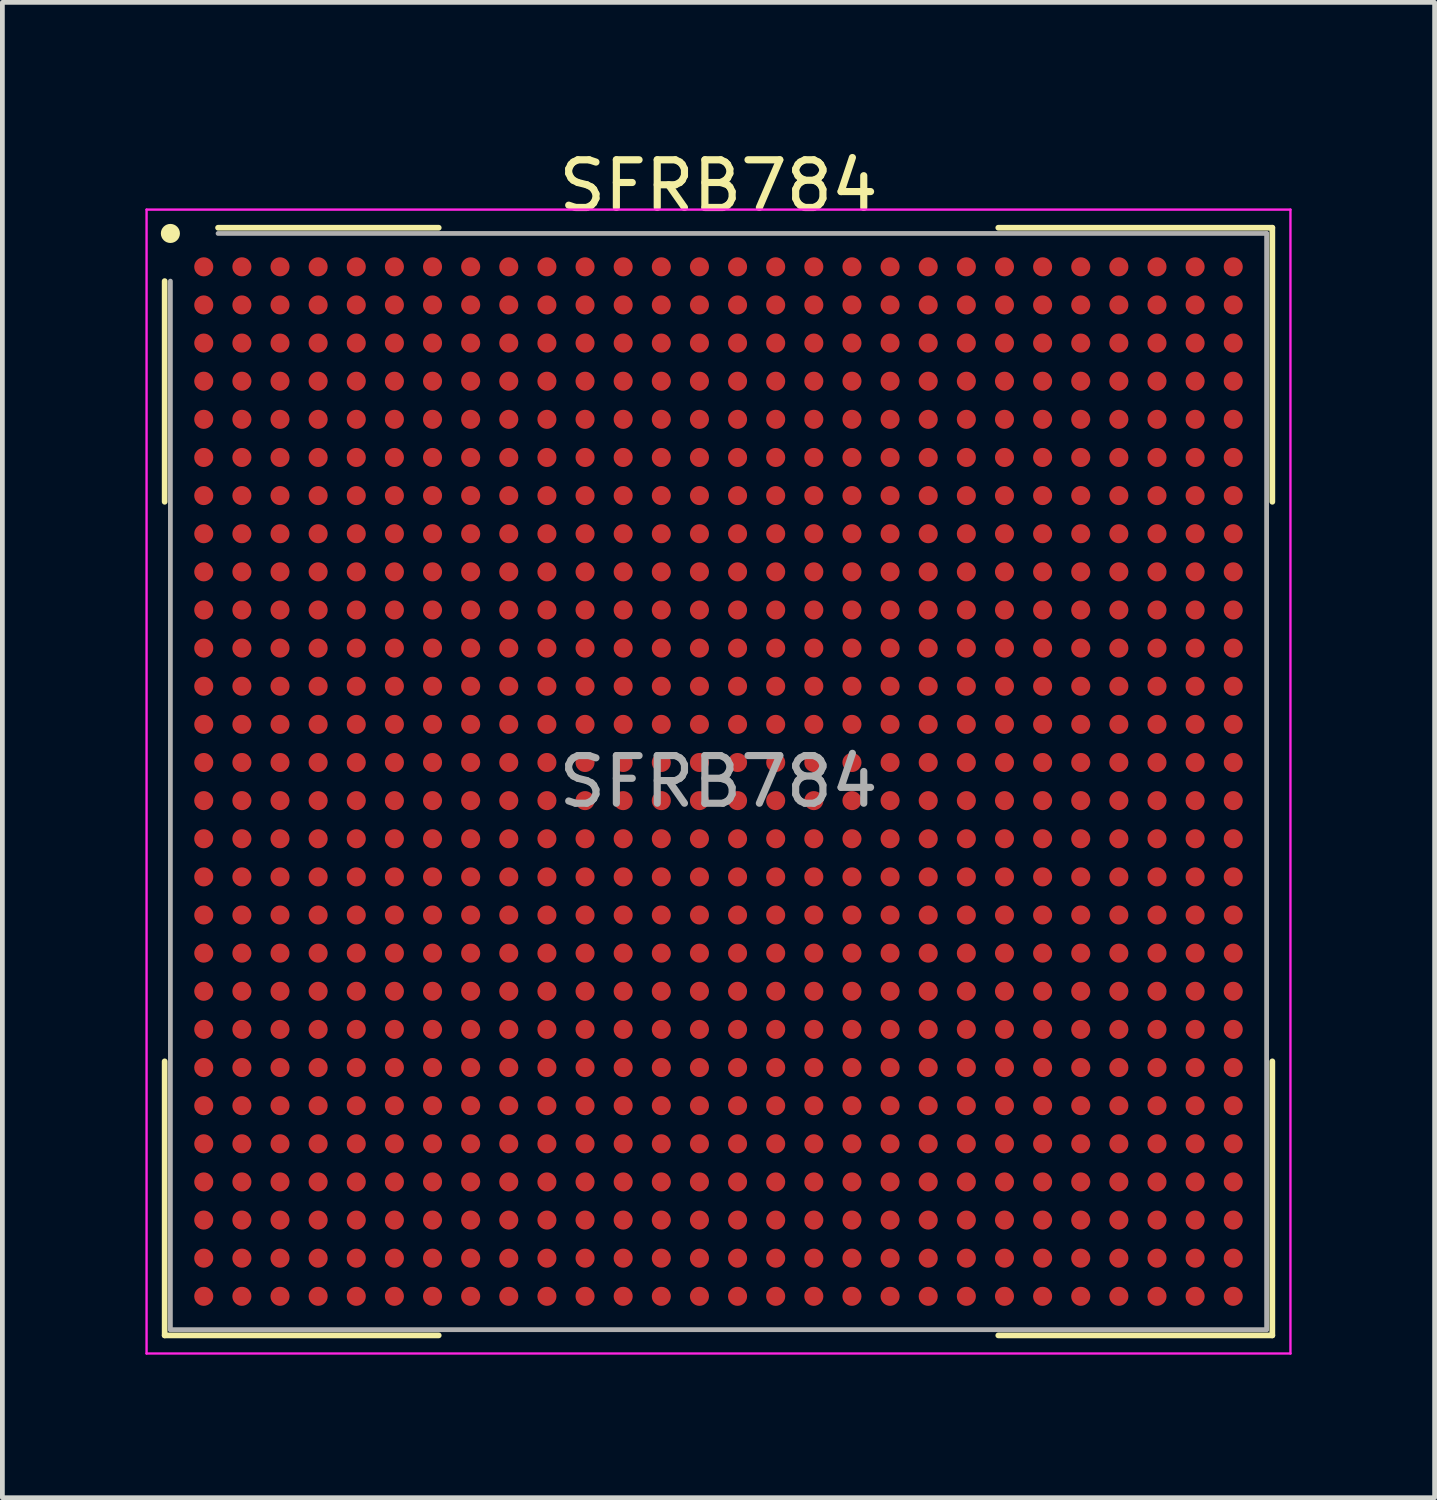
<source format=kicad_pcb>
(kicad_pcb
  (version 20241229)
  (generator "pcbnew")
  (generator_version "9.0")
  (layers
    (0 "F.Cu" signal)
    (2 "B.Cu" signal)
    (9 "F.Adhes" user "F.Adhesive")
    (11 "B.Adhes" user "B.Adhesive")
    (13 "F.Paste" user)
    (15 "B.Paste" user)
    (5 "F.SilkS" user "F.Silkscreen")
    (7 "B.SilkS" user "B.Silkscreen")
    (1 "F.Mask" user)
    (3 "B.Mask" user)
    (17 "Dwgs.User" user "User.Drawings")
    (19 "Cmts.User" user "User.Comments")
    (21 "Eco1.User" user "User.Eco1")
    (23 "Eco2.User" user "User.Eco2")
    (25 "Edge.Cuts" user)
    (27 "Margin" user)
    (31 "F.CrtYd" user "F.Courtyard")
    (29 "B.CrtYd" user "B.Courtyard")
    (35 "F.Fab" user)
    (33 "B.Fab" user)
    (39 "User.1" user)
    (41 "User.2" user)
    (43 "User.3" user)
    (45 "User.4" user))
  (footprint "SFRB784"
    (layer "F.Cu")
    (at 12.025 13.348)
    (property "Reference" "SFRB784" (at 0 -12.5 0) (layer "F.SilkS") (effects (font (size 1 1) (thickness 0.15))))
    (attr smd)
    (fp_line (start -11.62 -10.5) (end -11.62 -5.87) (stroke (width 0.12) (type default)) (layer "F.SilkS"))
    (fp_line (start -11.62 11.62) (end -11.62 5.87) (stroke (width 0.12) (type default)) (layer "F.SilkS"))
    (fp_line (start -5.87 -11.62) (end -10.5 -11.62) (stroke (width 0.12) (type default)) (layer "F.SilkS"))
    (fp_line (start -5.87 11.62) (end -11.62 11.62) (stroke (width 0.12) (type default)) (layer "F.SilkS"))
    (fp_line (start 5.87 -11.62) (end 11.62 -11.62) (stroke (width 0.12) (type default)) (layer "F.SilkS"))
    (fp_line (start 5.87 11.62) (end 11.62 11.62) (stroke (width 0.12) (type default)) (layer "F.SilkS"))
    (fp_line (start 11.62 -11.62) (end 11.62 -5.87) (stroke (width 0.12) (type default)) (layer "F.SilkS"))
    (fp_line (start 11.62 11.62) (end 11.62 5.87) (stroke (width 0.12) (type default)) (layer "F.SilkS"))
    (fp_circle (center -11.5 -11.5) (end -11.5 -11.4) (stroke (width 0.2) (type default)) (fill no) (layer "F.SilkS"))
    (fp_line (start -12 -12) (end 12 -12) (stroke (width 0.05) (type default)) (layer "F.CrtYd"))
    (fp_line (start -12 12) (end -12 -12) (stroke (width 0.05) (type default)) (layer "F.CrtYd"))
    (fp_line (start 12 -12) (end 12 12) (stroke (width 0.05) (type default)) (layer "F.CrtYd"))
    (fp_line (start 12 12) (end -12 12) (stroke (width 0.05) (type default)) (layer "F.CrtYd"))
    (fp_line (start -11.5 -10.5) (end -11.5 11.5) (stroke (width 0.1) (type default)) (layer "F.Fab"))
    (fp_line (start -11.5 11.5) (end 11.5 11.5) (stroke (width 0.1) (type default)) (layer "F.Fab"))
    (fp_line (start 11.5 -11.5) (end -10.5 -11.5) (stroke (width 0.1) (type default)) (layer "F.Fab"))
    (fp_line (start 11.5 11.5) (end 11.5 -11.5) (stroke (width 0.1) (type default)) (layer "F.Fab"))
    (fp_text user "${REFERENCE}" (at 0 0 0) (layer "F.Fab") (effects (font (size 1 1) (thickness 0.15))))
    (pad "A1" smd circle (at -10.8 -10.8) (size 0.4 0.4) (layers "F.Cu" "F.Mask" "F.Paste"))
    (pad "A2" smd circle (at -10 -10.8) (size 0.4 0.4) (layers "F.Cu" "F.Mask" "F.Paste"))
    (pad "A3" smd circle (at -9.2 -10.8) (size 0.4 0.4) (layers "F.Cu" "F.Mask" "F.Paste"))
    (pad "A4" smd circle (at -8.4 -10.8) (size 0.4 0.4) (layers "F.Cu" "F.Mask" "F.Paste"))
    (pad "A5" smd circle (at -7.6 -10.8) (size 0.4 0.4) (layers "F.Cu" "F.Mask" "F.Paste"))
    (pad "A6" smd circle (at -6.8 -10.8) (size 0.4 0.4) (layers "F.Cu" "F.Mask" "F.Paste"))
    (pad "A7" smd circle (at -6 -10.8) (size 0.4 0.4) (layers "F.Cu" "F.Mask" "F.Paste"))
    (pad "A8" smd circle (at -5.2 -10.8) (size 0.4 0.4) (layers "F.Cu" "F.Mask" "F.Paste"))
    (pad "A9" smd circle (at -4.4 -10.8) (size 0.4 0.4) (layers "F.Cu" "F.Mask" "F.Paste"))
    (pad "A10" smd circle (at -3.6 -10.8) (size 0.4 0.4) (layers "F.Cu" "F.Mask" "F.Paste"))
    (pad "A11" smd circle (at -2.8 -10.8) (size 0.4 0.4) (layers "F.Cu" "F.Mask" "F.Paste"))
    (pad "A12" smd circle (at -2 -10.8) (size 0.4 0.4) (layers "F.Cu" "F.Mask" "F.Paste"))
    (pad "A13" smd circle (at -1.2 -10.8) (size 0.4 0.4) (layers "F.Cu" "F.Mask" "F.Paste"))
    (pad "A14" smd circle (at -0.4 -10.8) (size 0.4 0.4) (layers "F.Cu" "F.Mask" "F.Paste"))
    (pad "A15" smd circle (at 0.4 -10.8) (size 0.4 0.4) (layers "F.Cu" "F.Mask" "F.Paste"))
    (pad "A16" smd circle (at 1.2 -10.8) (size 0.4 0.4) (layers "F.Cu" "F.Mask" "F.Paste"))
    (pad "A17" smd circle (at 2 -10.8) (size 0.4 0.4) (layers "F.Cu" "F.Mask" "F.Paste"))
    (pad "A18" smd circle (at 2.8 -10.8) (size 0.4 0.4) (layers "F.Cu" "F.Mask" "F.Paste"))
    (pad "A19" smd circle (at 3.6 -10.8) (size 0.4 0.4) (layers "F.Cu" "F.Mask" "F.Paste"))
    (pad "A20" smd circle (at 4.4 -10.8) (size 0.4 0.4) (layers "F.Cu" "F.Mask" "F.Paste"))
    (pad "A21" smd circle (at 5.2 -10.8) (size 0.4 0.4) (layers "F.Cu" "F.Mask" "F.Paste"))
    (pad "A22" smd circle (at 6 -10.8) (size 0.4 0.4) (layers "F.Cu" "F.Mask" "F.Paste"))
    (pad "A23" smd circle (at 6.8 -10.8) (size 0.4 0.4) (layers "F.Cu" "F.Mask" "F.Paste"))
    (pad "A24" smd circle (at 7.6 -10.8) (size 0.4 0.4) (layers "F.Cu" "F.Mask" "F.Paste"))
    (pad "A25" smd circle (at 8.4 -10.8) (size 0.4 0.4) (layers "F.Cu" "F.Mask" "F.Paste"))
    (pad "A26" smd circle (at 9.2 -10.8) (size 0.4 0.4) (layers "F.Cu" "F.Mask" "F.Paste"))
    (pad "A27" smd circle (at 10 -10.8) (size 0.4 0.4) (layers "F.Cu" "F.Mask" "F.Paste"))
    (pad "A28" smd circle (at 10.8 -10.8) (size 0.4 0.4) (layers "F.Cu" "F.Mask" "F.Paste"))
    (pad "AA1" smd circle (at -10.8 5.2) (size 0.4 0.4) (layers "F.Cu" "F.Mask" "F.Paste"))
    (pad "AA2" smd circle (at -10 5.2) (size 0.4 0.4) (layers "F.Cu" "F.Mask" "F.Paste"))
    (pad "AA3" smd circle (at -9.2 5.2) (size 0.4 0.4) (layers "F.Cu" "F.Mask" "F.Paste"))
    (pad "AA4" smd circle (at -8.4 5.2) (size 0.4 0.4) (layers "F.Cu" "F.Mask" "F.Paste"))
    (pad "AA5" smd circle (at -7.6 5.2) (size 0.4 0.4) (layers "F.Cu" "F.Mask" "F.Paste"))
    (pad "AA6" smd circle (at -6.8 5.2) (size 0.4 0.4) (layers "F.Cu" "F.Mask" "F.Paste"))
    (pad "AA7" smd circle (at -6 5.2) (size 0.4 0.4) (layers "F.Cu" "F.Mask" "F.Paste"))
    (pad "AA8" smd circle (at -5.2 5.2) (size 0.4 0.4) (layers "F.Cu" "F.Mask" "F.Paste"))
    (pad "AA9" smd circle (at -4.4 5.2) (size 0.4 0.4) (layers "F.Cu" "F.Mask" "F.Paste"))
    (pad "AA10" smd circle (at -3.6 5.2) (size 0.4 0.4) (layers "F.Cu" "F.Mask" "F.Paste"))
    (pad "AA11" smd circle (at -2.8 5.2) (size 0.4 0.4) (layers "F.Cu" "F.Mask" "F.Paste"))
    (pad "AA12" smd circle (at -2 5.2) (size 0.4 0.4) (layers "F.Cu" "F.Mask" "F.Paste"))
    (pad "AA13" smd circle (at -1.2 5.2) (size 0.4 0.4) (layers "F.Cu" "F.Mask" "F.Paste"))
    (pad "AA14" smd circle (at -0.4 5.2) (size 0.4 0.4) (layers "F.Cu" "F.Mask" "F.Paste"))
    (pad "AA15" smd circle (at 0.4 5.2) (size 0.4 0.4) (layers "F.Cu" "F.Mask" "F.Paste"))
    (pad "AA16" smd circle (at 1.2 5.2) (size 0.4 0.4) (layers "F.Cu" "F.Mask" "F.Paste"))
    (pad "AA17" smd circle (at 2 5.2) (size 0.4 0.4) (layers "F.Cu" "F.Mask" "F.Paste"))
    (pad "AA18" smd circle (at 2.8 5.2) (size 0.4 0.4) (layers "F.Cu" "F.Mask" "F.Paste"))
    (pad "AA19" smd circle (at 3.6 5.2) (size 0.4 0.4) (layers "F.Cu" "F.Mask" "F.Paste"))
    (pad "AA20" smd circle (at 4.4 5.2) (size 0.4 0.4) (layers "F.Cu" "F.Mask" "F.Paste"))
    (pad "AA21" smd circle (at 5.2 5.2) (size 0.4 0.4) (layers "F.Cu" "F.Mask" "F.Paste"))
    (pad "AA22" smd circle (at 6 5.2) (size 0.4 0.4) (layers "F.Cu" "F.Mask" "F.Paste"))
    (pad "AA23" smd circle (at 6.8 5.2) (size 0.4 0.4) (layers "F.Cu" "F.Mask" "F.Paste"))
    (pad "AA24" smd circle (at 7.6 5.2) (size 0.4 0.4) (layers "F.Cu" "F.Mask" "F.Paste"))
    (pad "AA25" smd circle (at 8.4 5.2) (size 0.4 0.4) (layers "F.Cu" "F.Mask" "F.Paste"))
    (pad "AA26" smd circle (at 9.2 5.2) (size 0.4 0.4) (layers "F.Cu" "F.Mask" "F.Paste"))
    (pad "AA27" smd circle (at 10 5.2) (size 0.4 0.4) (layers "F.Cu" "F.Mask" "F.Paste"))
    (pad "AA28" smd circle (at 10.8 5.2) (size 0.4 0.4) (layers "F.Cu" "F.Mask" "F.Paste"))
    (pad "AB1" smd circle (at -10.8 6) (size 0.4 0.4) (layers "F.Cu" "F.Mask" "F.Paste"))
    (pad "AB2" smd circle (at -10 6) (size 0.4 0.4) (layers "F.Cu" "F.Mask" "F.Paste"))
    (pad "AB3" smd circle (at -9.2 6) (size 0.4 0.4) (layers "F.Cu" "F.Mask" "F.Paste"))
    (pad "AB4" smd circle (at -8.4 6) (size 0.4 0.4) (layers "F.Cu" "F.Mask" "F.Paste"))
    (pad "AB5" smd circle (at -7.6 6) (size 0.4 0.4) (layers "F.Cu" "F.Mask" "F.Paste"))
    (pad "AB6" smd circle (at -6.8 6) (size 0.4 0.4) (layers "F.Cu" "F.Mask" "F.Paste"))
    (pad "AB7" smd circle (at -6 6) (size 0.4 0.4) (layers "F.Cu" "F.Mask" "F.Paste"))
    (pad "AB8" smd circle (at -5.2 6) (size 0.4 0.4) (layers "F.Cu" "F.Mask" "F.Paste"))
    (pad "AB9" smd circle (at -4.4 6) (size 0.4 0.4) (layers "F.Cu" "F.Mask" "F.Paste"))
    (pad "AB10" smd circle (at -3.6 6) (size 0.4 0.4) (layers "F.Cu" "F.Mask" "F.Paste"))
    (pad "AB11" smd circle (at -2.8 6) (size 0.4 0.4) (layers "F.Cu" "F.Mask" "F.Paste"))
    (pad "AB12" smd circle (at -2 6) (size 0.4 0.4) (layers "F.Cu" "F.Mask" "F.Paste"))
    (pad "AB13" smd circle (at -1.2 6) (size 0.4 0.4) (layers "F.Cu" "F.Mask" "F.Paste"))
    (pad "AB14" smd circle (at -0.4 6) (size 0.4 0.4) (layers "F.Cu" "F.Mask" "F.Paste"))
    (pad "AB15" smd circle (at 0.4 6) (size 0.4 0.4) (layers "F.Cu" "F.Mask" "F.Paste"))
    (pad "AB16" smd circle (at 1.2 6) (size 0.4 0.4) (layers "F.Cu" "F.Mask" "F.Paste"))
    (pad "AB17" smd circle (at 2 6) (size 0.4 0.4) (layers "F.Cu" "F.Mask" "F.Paste"))
    (pad "AB18" smd circle (at 2.8 6) (size 0.4 0.4) (layers "F.Cu" "F.Mask" "F.Paste"))
    (pad "AB19" smd circle (at 3.6 6) (size 0.4 0.4) (layers "F.Cu" "F.Mask" "F.Paste"))
    (pad "AB20" smd circle (at 4.4 6) (size 0.4 0.4) (layers "F.Cu" "F.Mask" "F.Paste"))
    (pad "AB21" smd circle (at 5.2 6) (size 0.4 0.4) (layers "F.Cu" "F.Mask" "F.Paste"))
    (pad "AB22" smd circle (at 6 6) (size 0.4 0.4) (layers "F.Cu" "F.Mask" "F.Paste"))
    (pad "AB23" smd circle (at 6.8 6) (size 0.4 0.4) (layers "F.Cu" "F.Mask" "F.Paste"))
    (pad "AB24" smd circle (at 7.6 6) (size 0.4 0.4) (layers "F.Cu" "F.Mask" "F.Paste"))
    (pad "AB25" smd circle (at 8.4 6) (size 0.4 0.4) (layers "F.Cu" "F.Mask" "F.Paste"))
    (pad "AB26" smd circle (at 9.2 6) (size 0.4 0.4) (layers "F.Cu" "F.Mask" "F.Paste"))
    (pad "AB27" smd circle (at 10 6) (size 0.4 0.4) (layers "F.Cu" "F.Mask" "F.Paste"))
    (pad "AB28" smd circle (at 10.8 6) (size 0.4 0.4) (layers "F.Cu" "F.Mask" "F.Paste"))
    (pad "AC1" smd circle (at -10.8 6.8) (size 0.4 0.4) (layers "F.Cu" "F.Mask" "F.Paste"))
    (pad "AC2" smd circle (at -10 6.8) (size 0.4 0.4) (layers "F.Cu" "F.Mask" "F.Paste"))
    (pad "AC3" smd circle (at -9.2 6.8) (size 0.4 0.4) (layers "F.Cu" "F.Mask" "F.Paste"))
    (pad "AC4" smd circle (at -8.4 6.8) (size 0.4 0.4) (layers "F.Cu" "F.Mask" "F.Paste"))
    (pad "AC5" smd circle (at -7.6 6.8) (size 0.4 0.4) (layers "F.Cu" "F.Mask" "F.Paste"))
    (pad "AC6" smd circle (at -6.8 6.8) (size 0.4 0.4) (layers "F.Cu" "F.Mask" "F.Paste"))
    (pad "AC7" smd circle (at -6 6.8) (size 0.4 0.4) (layers "F.Cu" "F.Mask" "F.Paste"))
    (pad "AC8" smd circle (at -5.2 6.8) (size 0.4 0.4) (layers "F.Cu" "F.Mask" "F.Paste"))
    (pad "AC9" smd circle (at -4.4 6.8) (size 0.4 0.4) (layers "F.Cu" "F.Mask" "F.Paste"))
    (pad "AC10" smd circle (at -3.6 6.8) (size 0.4 0.4) (layers "F.Cu" "F.Mask" "F.Paste"))
    (pad "AC11" smd circle (at -2.8 6.8) (size 0.4 0.4) (layers "F.Cu" "F.Mask" "F.Paste"))
    (pad "AC12" smd circle (at -2 6.8) (size 0.4 0.4) (layers "F.Cu" "F.Mask" "F.Paste"))
    (pad "AC13" smd circle (at -1.2 6.8) (size 0.4 0.4) (layers "F.Cu" "F.Mask" "F.Paste"))
    (pad "AC14" smd circle (at -0.4 6.8) (size 0.4 0.4) (layers "F.Cu" "F.Mask" "F.Paste"))
    (pad "AC15" smd circle (at 0.4 6.8) (size 0.4 0.4) (layers "F.Cu" "F.Mask" "F.Paste"))
    (pad "AC16" smd circle (at 1.2 6.8) (size 0.4 0.4) (layers "F.Cu" "F.Mask" "F.Paste"))
    (pad "AC17" smd circle (at 2 6.8) (size 0.4 0.4) (layers "F.Cu" "F.Mask" "F.Paste"))
    (pad "AC18" smd circle (at 2.8 6.8) (size 0.4 0.4) (layers "F.Cu" "F.Mask" "F.Paste"))
    (pad "AC19" smd circle (at 3.6 6.8) (size 0.4 0.4) (layers "F.Cu" "F.Mask" "F.Paste"))
    (pad "AC20" smd circle (at 4.4 6.8) (size 0.4 0.4) (layers "F.Cu" "F.Mask" "F.Paste"))
    (pad "AC21" smd circle (at 5.2 6.8) (size 0.4 0.4) (layers "F.Cu" "F.Mask" "F.Paste"))
    (pad "AC22" smd circle (at 6 6.8) (size 0.4 0.4) (layers "F.Cu" "F.Mask" "F.Paste"))
    (pad "AC23" smd circle (at 6.8 6.8) (size 0.4 0.4) (layers "F.Cu" "F.Mask" "F.Paste"))
    (pad "AC24" smd circle (at 7.6 6.8) (size 0.4 0.4) (layers "F.Cu" "F.Mask" "F.Paste"))
    (pad "AC25" smd circle (at 8.4 6.8) (size 0.4 0.4) (layers "F.Cu" "F.Mask" "F.Paste"))
    (pad "AC26" smd circle (at 9.2 6.8) (size 0.4 0.4) (layers "F.Cu" "F.Mask" "F.Paste"))
    (pad "AC27" smd circle (at 10 6.8) (size 0.4 0.4) (layers "F.Cu" "F.Mask" "F.Paste"))
    (pad "AC28" smd circle (at 10.8 6.8) (size 0.4 0.4) (layers "F.Cu" "F.Mask" "F.Paste"))
    (pad "AD1" smd circle (at -10.8 7.6) (size 0.4 0.4) (layers "F.Cu" "F.Mask" "F.Paste"))
    (pad "AD2" smd circle (at -10 7.6) (size 0.4 0.4) (layers "F.Cu" "F.Mask" "F.Paste"))
    (pad "AD3" smd circle (at -9.2 7.6) (size 0.4 0.4) (layers "F.Cu" "F.Mask" "F.Paste"))
    (pad "AD4" smd circle (at -8.4 7.6) (size 0.4 0.4) (layers "F.Cu" "F.Mask" "F.Paste"))
    (pad "AD5" smd circle (at -7.6 7.6) (size 0.4 0.4) (layers "F.Cu" "F.Mask" "F.Paste"))
    (pad "AD6" smd circle (at -6.8 7.6) (size 0.4 0.4) (layers "F.Cu" "F.Mask" "F.Paste"))
    (pad "AD7" smd circle (at -6 7.6) (size 0.4 0.4) (layers "F.Cu" "F.Mask" "F.Paste"))
    (pad "AD8" smd circle (at -5.2 7.6) (size 0.4 0.4) (layers "F.Cu" "F.Mask" "F.Paste"))
    (pad "AD9" smd circle (at -4.4 7.6) (size 0.4 0.4) (layers "F.Cu" "F.Mask" "F.Paste"))
    (pad "AD10" smd circle (at -3.6 7.6) (size 0.4 0.4) (layers "F.Cu" "F.Mask" "F.Paste"))
    (pad "AD11" smd circle (at -2.8 7.6) (size 0.4 0.4) (layers "F.Cu" "F.Mask" "F.Paste"))
    (pad "AD12" smd circle (at -2 7.6) (size 0.4 0.4) (layers "F.Cu" "F.Mask" "F.Paste"))
    (pad "AD13" smd circle (at -1.2 7.6) (size 0.4 0.4) (layers "F.Cu" "F.Mask" "F.Paste"))
    (pad "AD14" smd circle (at -0.4 7.6) (size 0.4 0.4) (layers "F.Cu" "F.Mask" "F.Paste"))
    (pad "AD15" smd circle (at 0.4 7.6) (size 0.4 0.4) (layers "F.Cu" "F.Mask" "F.Paste"))
    (pad "AD16" smd circle (at 1.2 7.6) (size 0.4 0.4) (layers "F.Cu" "F.Mask" "F.Paste"))
    (pad "AD17" smd circle (at 2 7.6) (size 0.4 0.4) (layers "F.Cu" "F.Mask" "F.Paste"))
    (pad "AD18" smd circle (at 2.8 7.6) (size 0.4 0.4) (layers "F.Cu" "F.Mask" "F.Paste"))
    (pad "AD19" smd circle (at 3.6 7.6) (size 0.4 0.4) (layers "F.Cu" "F.Mask" "F.Paste"))
    (pad "AD20" smd circle (at 4.4 7.6) (size 0.4 0.4) (layers "F.Cu" "F.Mask" "F.Paste"))
    (pad "AD21" smd circle (at 5.2 7.6) (size 0.4 0.4) (layers "F.Cu" "F.Mask" "F.Paste"))
    (pad "AD22" smd circle (at 6 7.6) (size 0.4 0.4) (layers "F.Cu" "F.Mask" "F.Paste"))
    (pad "AD23" smd circle (at 6.8 7.6) (size 0.4 0.4) (layers "F.Cu" "F.Mask" "F.Paste"))
    (pad "AD24" smd circle (at 7.6 7.6) (size 0.4 0.4) (layers "F.Cu" "F.Mask" "F.Paste"))
    (pad "AD25" smd circle (at 8.4 7.6) (size 0.4 0.4) (layers "F.Cu" "F.Mask" "F.Paste"))
    (pad "AD26" smd circle (at 9.2 7.6) (size 0.4 0.4) (layers "F.Cu" "F.Mask" "F.Paste"))
    (pad "AD27" smd circle (at 10 7.6) (size 0.4 0.4) (layers "F.Cu" "F.Mask" "F.Paste"))
    (pad "AD28" smd circle (at 10.8 7.6) (size 0.4 0.4) (layers "F.Cu" "F.Mask" "F.Paste"))
    (pad "AE1" smd circle (at -10.8 8.4) (size 0.4 0.4) (layers "F.Cu" "F.Mask" "F.Paste"))
    (pad "AE2" smd circle (at -10 8.4) (size 0.4 0.4) (layers "F.Cu" "F.Mask" "F.Paste"))
    (pad "AE3" smd circle (at -9.2 8.4) (size 0.4 0.4) (layers "F.Cu" "F.Mask" "F.Paste"))
    (pad "AE4" smd circle (at -8.4 8.4) (size 0.4 0.4) (layers "F.Cu" "F.Mask" "F.Paste"))
    (pad "AE5" smd circle (at -7.6 8.4) (size 0.4 0.4) (layers "F.Cu" "F.Mask" "F.Paste"))
    (pad "AE6" smd circle (at -6.8 8.4) (size 0.4 0.4) (layers "F.Cu" "F.Mask" "F.Paste"))
    (pad "AE7" smd circle (at -6 8.4) (size 0.4 0.4) (layers "F.Cu" "F.Mask" "F.Paste"))
    (pad "AE8" smd circle (at -5.2 8.4) (size 0.4 0.4) (layers "F.Cu" "F.Mask" "F.Paste"))
    (pad "AE9" smd circle (at -4.4 8.4) (size 0.4 0.4) (layers "F.Cu" "F.Mask" "F.Paste"))
    (pad "AE10" smd circle (at -3.6 8.4) (size 0.4 0.4) (layers "F.Cu" "F.Mask" "F.Paste"))
    (pad "AE11" smd circle (at -2.8 8.4) (size 0.4 0.4) (layers "F.Cu" "F.Mask" "F.Paste"))
    (pad "AE12" smd circle (at -2 8.4) (size 0.4 0.4) (layers "F.Cu" "F.Mask" "F.Paste"))
    (pad "AE13" smd circle (at -1.2 8.4) (size 0.4 0.4) (layers "F.Cu" "F.Mask" "F.Paste"))
    (pad "AE14" smd circle (at -0.4 8.4) (size 0.4 0.4) (layers "F.Cu" "F.Mask" "F.Paste"))
    (pad "AE15" smd circle (at 0.4 8.4) (size 0.4 0.4) (layers "F.Cu" "F.Mask" "F.Paste"))
    (pad "AE16" smd circle (at 1.2 8.4) (size 0.4 0.4) (layers "F.Cu" "F.Mask" "F.Paste"))
    (pad "AE17" smd circle (at 2 8.4) (size 0.4 0.4) (layers "F.Cu" "F.Mask" "F.Paste"))
    (pad "AE18" smd circle (at 2.8 8.4) (size 0.4 0.4) (layers "F.Cu" "F.Mask" "F.Paste"))
    (pad "AE19" smd circle (at 3.6 8.4) (size 0.4 0.4) (layers "F.Cu" "F.Mask" "F.Paste"))
    (pad "AE20" smd circle (at 4.4 8.4) (size 0.4 0.4) (layers "F.Cu" "F.Mask" "F.Paste"))
    (pad "AE21" smd circle (at 5.2 8.4) (size 0.4 0.4) (layers "F.Cu" "F.Mask" "F.Paste"))
    (pad "AE22" smd circle (at 6 8.4) (size 0.4 0.4) (layers "F.Cu" "F.Mask" "F.Paste"))
    (pad "AE23" smd circle (at 6.8 8.4) (size 0.4 0.4) (layers "F.Cu" "F.Mask" "F.Paste"))
    (pad "AE24" smd circle (at 7.6 8.4) (size 0.4 0.4) (layers "F.Cu" "F.Mask" "F.Paste"))
    (pad "AE25" smd circle (at 8.4 8.4) (size 0.4 0.4) (layers "F.Cu" "F.Mask" "F.Paste"))
    (pad "AE26" smd circle (at 9.2 8.4) (size 0.4 0.4) (layers "F.Cu" "F.Mask" "F.Paste"))
    (pad "AE27" smd circle (at 10 8.4) (size 0.4 0.4) (layers "F.Cu" "F.Mask" "F.Paste"))
    (pad "AE28" smd circle (at 10.8 8.4) (size 0.4 0.4) (layers "F.Cu" "F.Mask" "F.Paste"))
    (pad "AF1" smd circle (at -10.8 9.2) (size 0.4 0.4) (layers "F.Cu" "F.Mask" "F.Paste"))
    (pad "AF2" smd circle (at -10 9.2) (size 0.4 0.4) (layers "F.Cu" "F.Mask" "F.Paste"))
    (pad "AF3" smd circle (at -9.2 9.2) (size 0.4 0.4) (layers "F.Cu" "F.Mask" "F.Paste"))
    (pad "AF4" smd circle (at -8.4 9.2) (size 0.4 0.4) (layers "F.Cu" "F.Mask" "F.Paste"))
    (pad "AF5" smd circle (at -7.6 9.2) (size 0.4 0.4) (layers "F.Cu" "F.Mask" "F.Paste"))
    (pad "AF6" smd circle (at -6.8 9.2) (size 0.4 0.4) (layers "F.Cu" "F.Mask" "F.Paste"))
    (pad "AF7" smd circle (at -6 9.2) (size 0.4 0.4) (layers "F.Cu" "F.Mask" "F.Paste"))
    (pad "AF8" smd circle (at -5.2 9.2) (size 0.4 0.4) (layers "F.Cu" "F.Mask" "F.Paste"))
    (pad "AF9" smd circle (at -4.4 9.2) (size 0.4 0.4) (layers "F.Cu" "F.Mask" "F.Paste"))
    (pad "AF10" smd circle (at -3.6 9.2) (size 0.4 0.4) (layers "F.Cu" "F.Mask" "F.Paste"))
    (pad "AF11" smd circle (at -2.8 9.2) (size 0.4 0.4) (layers "F.Cu" "F.Mask" "F.Paste"))
    (pad "AF12" smd circle (at -2 9.2) (size 0.4 0.4) (layers "F.Cu" "F.Mask" "F.Paste"))
    (pad "AF13" smd circle (at -1.2 9.2) (size 0.4 0.4) (layers "F.Cu" "F.Mask" "F.Paste"))
    (pad "AF14" smd circle (at -0.4 9.2) (size 0.4 0.4) (layers "F.Cu" "F.Mask" "F.Paste"))
    (pad "AF15" smd circle (at 0.4 9.2) (size 0.4 0.4) (layers "F.Cu" "F.Mask" "F.Paste"))
    (pad "AF16" smd circle (at 1.2 9.2) (size 0.4 0.4) (layers "F.Cu" "F.Mask" "F.Paste"))
    (pad "AF17" smd circle (at 2 9.2) (size 0.4 0.4) (layers "F.Cu" "F.Mask" "F.Paste"))
    (pad "AF18" smd circle (at 2.8 9.2) (size 0.4 0.4) (layers "F.Cu" "F.Mask" "F.Paste"))
    (pad "AF19" smd circle (at 3.6 9.2) (size 0.4 0.4) (layers "F.Cu" "F.Mask" "F.Paste"))
    (pad "AF20" smd circle (at 4.4 9.2) (size 0.4 0.4) (layers "F.Cu" "F.Mask" "F.Paste"))
    (pad "AF21" smd circle (at 5.2 9.2) (size 0.4 0.4) (layers "F.Cu" "F.Mask" "F.Paste"))
    (pad "AF22" smd circle (at 6 9.2) (size 0.4 0.4) (layers "F.Cu" "F.Mask" "F.Paste"))
    (pad "AF23" smd circle (at 6.8 9.2) (size 0.4 0.4) (layers "F.Cu" "F.Mask" "F.Paste"))
    (pad "AF24" smd circle (at 7.6 9.2) (size 0.4 0.4) (layers "F.Cu" "F.Mask" "F.Paste"))
    (pad "AF25" smd circle (at 8.4 9.2) (size 0.4 0.4) (layers "F.Cu" "F.Mask" "F.Paste"))
    (pad "AF26" smd circle (at 9.2 9.2) (size 0.4 0.4) (layers "F.Cu" "F.Mask" "F.Paste"))
    (pad "AF27" smd circle (at 10 9.2) (size 0.4 0.4) (layers "F.Cu" "F.Mask" "F.Paste"))
    (pad "AF28" smd circle (at 10.8 9.2) (size 0.4 0.4) (layers "F.Cu" "F.Mask" "F.Paste"))
    (pad "AG1" smd circle (at -10.8 10) (size 0.4 0.4) (layers "F.Cu" "F.Mask" "F.Paste"))
    (pad "AG2" smd circle (at -10 10) (size 0.4 0.4) (layers "F.Cu" "F.Mask" "F.Paste"))
    (pad "AG3" smd circle (at -9.2 10) (size 0.4 0.4) (layers "F.Cu" "F.Mask" "F.Paste"))
    (pad "AG4" smd circle (at -8.4 10) (size 0.4 0.4) (layers "F.Cu" "F.Mask" "F.Paste"))
    (pad "AG5" smd circle (at -7.6 10) (size 0.4 0.4) (layers "F.Cu" "F.Mask" "F.Paste"))
    (pad "AG6" smd circle (at -6.8 10) (size 0.4 0.4) (layers "F.Cu" "F.Mask" "F.Paste"))
    (pad "AG7" smd circle (at -6 10) (size 0.4 0.4) (layers "F.Cu" "F.Mask" "F.Paste"))
    (pad "AG8" smd circle (at -5.2 10) (size 0.4 0.4) (layers "F.Cu" "F.Mask" "F.Paste"))
    (pad "AG9" smd circle (at -4.4 10) (size 0.4 0.4) (layers "F.Cu" "F.Mask" "F.Paste"))
    (pad "AG10" smd circle (at -3.6 10) (size 0.4 0.4) (layers "F.Cu" "F.Mask" "F.Paste"))
    (pad "AG11" smd circle (at -2.8 10) (size 0.4 0.4) (layers "F.Cu" "F.Mask" "F.Paste"))
    (pad "AG12" smd circle (at -2 10) (size 0.4 0.4) (layers "F.Cu" "F.Mask" "F.Paste"))
    (pad "AG13" smd circle (at -1.2 10) (size 0.4 0.4) (layers "F.Cu" "F.Mask" "F.Paste"))
    (pad "AG14" smd circle (at -0.4 10) (size 0.4 0.4) (layers "F.Cu" "F.Mask" "F.Paste"))
    (pad "AG15" smd circle (at 0.4 10) (size 0.4 0.4) (layers "F.Cu" "F.Mask" "F.Paste"))
    (pad "AG16" smd circle (at 1.2 10) (size 0.4 0.4) (layers "F.Cu" "F.Mask" "F.Paste"))
    (pad "AG17" smd circle (at 2 10) (size 0.4 0.4) (layers "F.Cu" "F.Mask" "F.Paste"))
    (pad "AG18" smd circle (at 2.8 10) (size 0.4 0.4) (layers "F.Cu" "F.Mask" "F.Paste"))
    (pad "AG19" smd circle (at 3.6 10) (size 0.4 0.4) (layers "F.Cu" "F.Mask" "F.Paste"))
    (pad "AG20" smd circle (at 4.4 10) (size 0.4 0.4) (layers "F.Cu" "F.Mask" "F.Paste"))
    (pad "AG21" smd circle (at 5.2 10) (size 0.4 0.4) (layers "F.Cu" "F.Mask" "F.Paste"))
    (pad "AG22" smd circle (at 6 10) (size 0.4 0.4) (layers "F.Cu" "F.Mask" "F.Paste"))
    (pad "AG23" smd circle (at 6.8 10) (size 0.4 0.4) (layers "F.Cu" "F.Mask" "F.Paste"))
    (pad "AG24" smd circle (at 7.6 10) (size 0.4 0.4) (layers "F.Cu" "F.Mask" "F.Paste"))
    (pad "AG25" smd circle (at 8.4 10) (size 0.4 0.4) (layers "F.Cu" "F.Mask" "F.Paste"))
    (pad "AG26" smd circle (at 9.2 10) (size 0.4 0.4) (layers "F.Cu" "F.Mask" "F.Paste"))
    (pad "AG27" smd circle (at 10 10) (size 0.4 0.4) (layers "F.Cu" "F.Mask" "F.Paste"))
    (pad "AG28" smd circle (at 10.8 10) (size 0.4 0.4) (layers "F.Cu" "F.Mask" "F.Paste"))
    (pad "AH1" smd circle (at -10.8 10.8) (size 0.4 0.4) (layers "F.Cu" "F.Mask" "F.Paste"))
    (pad "AH2" smd circle (at -10 10.8) (size 0.4 0.4) (layers "F.Cu" "F.Mask" "F.Paste"))
    (pad "AH3" smd circle (at -9.2 10.8) (size 0.4 0.4) (layers "F.Cu" "F.Mask" "F.Paste"))
    (pad "AH4" smd circle (at -8.4 10.8) (size 0.4 0.4) (layers "F.Cu" "F.Mask" "F.Paste"))
    (pad "AH5" smd circle (at -7.6 10.8) (size 0.4 0.4) (layers "F.Cu" "F.Mask" "F.Paste"))
    (pad "AH6" smd circle (at -6.8 10.8) (size 0.4 0.4) (layers "F.Cu" "F.Mask" "F.Paste"))
    (pad "AH7" smd circle (at -6 10.8) (size 0.4 0.4) (layers "F.Cu" "F.Mask" "F.Paste"))
    (pad "AH8" smd circle (at -5.2 10.8) (size 0.4 0.4) (layers "F.Cu" "F.Mask" "F.Paste"))
    (pad "AH9" smd circle (at -4.4 10.8) (size 0.4 0.4) (layers "F.Cu" "F.Mask" "F.Paste"))
    (pad "AH10" smd circle (at -3.6 10.8) (size 0.4 0.4) (layers "F.Cu" "F.Mask" "F.Paste"))
    (pad "AH11" smd circle (at -2.8 10.8) (size 0.4 0.4) (layers "F.Cu" "F.Mask" "F.Paste"))
    (pad "AH12" smd circle (at -2 10.8) (size 0.4 0.4) (layers "F.Cu" "F.Mask" "F.Paste"))
    (pad "AH13" smd circle (at -1.2 10.8) (size 0.4 0.4) (layers "F.Cu" "F.Mask" "F.Paste"))
    (pad "AH14" smd circle (at -0.4 10.8) (size 0.4 0.4) (layers "F.Cu" "F.Mask" "F.Paste"))
    (pad "AH15" smd circle (at 0.4 10.8) (size 0.4 0.4) (layers "F.Cu" "F.Mask" "F.Paste"))
    (pad "AH16" smd circle (at 1.2 10.8) (size 0.4 0.4) (layers "F.Cu" "F.Mask" "F.Paste"))
    (pad "AH17" smd circle (at 2 10.8) (size 0.4 0.4) (layers "F.Cu" "F.Mask" "F.Paste"))
    (pad "AH18" smd circle (at 2.8 10.8) (size 0.4 0.4) (layers "F.Cu" "F.Mask" "F.Paste"))
    (pad "AH19" smd circle (at 3.6 10.8) (size 0.4 0.4) (layers "F.Cu" "F.Mask" "F.Paste"))
    (pad "AH20" smd circle (at 4.4 10.8) (size 0.4 0.4) (layers "F.Cu" "F.Mask" "F.Paste"))
    (pad "AH21" smd circle (at 5.2 10.8) (size 0.4 0.4) (layers "F.Cu" "F.Mask" "F.Paste"))
    (pad "AH22" smd circle (at 6 10.8) (size 0.4 0.4) (layers "F.Cu" "F.Mask" "F.Paste"))
    (pad "AH23" smd circle (at 6.8 10.8) (size 0.4 0.4) (layers "F.Cu" "F.Mask" "F.Paste"))
    (pad "AH24" smd circle (at 7.6 10.8) (size 0.4 0.4) (layers "F.Cu" "F.Mask" "F.Paste"))
    (pad "AH25" smd circle (at 8.4 10.8) (size 0.4 0.4) (layers "F.Cu" "F.Mask" "F.Paste"))
    (pad "AH26" smd circle (at 9.2 10.8) (size 0.4 0.4) (layers "F.Cu" "F.Mask" "F.Paste"))
    (pad "AH27" smd circle (at 10 10.8) (size 0.4 0.4) (layers "F.Cu" "F.Mask" "F.Paste"))
    (pad "AH28" smd circle (at 10.8 10.8) (size 0.4 0.4) (layers "F.Cu" "F.Mask" "F.Paste"))
    (pad "B1" smd circle (at -10.8 -10) (size 0.4 0.4) (layers "F.Cu" "F.Mask" "F.Paste"))
    (pad "B2" smd circle (at -10 -10) (size 0.4 0.4) (layers "F.Cu" "F.Mask" "F.Paste"))
    (pad "B3" smd circle (at -9.2 -10) (size 0.4 0.4) (layers "F.Cu" "F.Mask" "F.Paste"))
    (pad "B4" smd circle (at -8.4 -10) (size 0.4 0.4) (layers "F.Cu" "F.Mask" "F.Paste"))
    (pad "B5" smd circle (at -7.6 -10) (size 0.4 0.4) (layers "F.Cu" "F.Mask" "F.Paste"))
    (pad "B6" smd circle (at -6.8 -10) (size 0.4 0.4) (layers "F.Cu" "F.Mask" "F.Paste"))
    (pad "B7" smd circle (at -6 -10) (size 0.4 0.4) (layers "F.Cu" "F.Mask" "F.Paste"))
    (pad "B8" smd circle (at -5.2 -10) (size 0.4 0.4) (layers "F.Cu" "F.Mask" "F.Paste"))
    (pad "B9" smd circle (at -4.4 -10) (size 0.4 0.4) (layers "F.Cu" "F.Mask" "F.Paste"))
    (pad "B10" smd circle (at -3.6 -10) (size 0.4 0.4) (layers "F.Cu" "F.Mask" "F.Paste"))
    (pad "B11" smd circle (at -2.8 -10) (size 0.4 0.4) (layers "F.Cu" "F.Mask" "F.Paste"))
    (pad "B12" smd circle (at -2 -10) (size 0.4 0.4) (layers "F.Cu" "F.Mask" "F.Paste"))
    (pad "B13" smd circle (at -1.2 -10) (size 0.4 0.4) (layers "F.Cu" "F.Mask" "F.Paste"))
    (pad "B14" smd circle (at -0.4 -10) (size 0.4 0.4) (layers "F.Cu" "F.Mask" "F.Paste"))
    (pad "B15" smd circle (at 0.4 -10) (size 0.4 0.4) (layers "F.Cu" "F.Mask" "F.Paste"))
    (pad "B16" smd circle (at 1.2 -10) (size 0.4 0.4) (layers "F.Cu" "F.Mask" "F.Paste"))
    (pad "B17" smd circle (at 2 -10) (size 0.4 0.4) (layers "F.Cu" "F.Mask" "F.Paste"))
    (pad "B18" smd circle (at 2.8 -10) (size 0.4 0.4) (layers "F.Cu" "F.Mask" "F.Paste"))
    (pad "B19" smd circle (at 3.6 -10) (size 0.4 0.4) (layers "F.Cu" "F.Mask" "F.Paste"))
    (pad "B20" smd circle (at 4.4 -10) (size 0.4 0.4) (layers "F.Cu" "F.Mask" "F.Paste"))
    (pad "B21" smd circle (at 5.2 -10) (size 0.4 0.4) (layers "F.Cu" "F.Mask" "F.Paste"))
    (pad "B22" smd circle (at 6 -10) (size 0.4 0.4) (layers "F.Cu" "F.Mask" "F.Paste"))
    (pad "B23" smd circle (at 6.8 -10) (size 0.4 0.4) (layers "F.Cu" "F.Mask" "F.Paste"))
    (pad "B24" smd circle (at 7.6 -10) (size 0.4 0.4) (layers "F.Cu" "F.Mask" "F.Paste"))
    (pad "B25" smd circle (at 8.4 -10) (size 0.4 0.4) (layers "F.Cu" "F.Mask" "F.Paste"))
    (pad "B26" smd circle (at 9.2 -10) (size 0.4 0.4) (layers "F.Cu" "F.Mask" "F.Paste"))
    (pad "B27" smd circle (at 10 -10) (size 0.4 0.4) (layers "F.Cu" "F.Mask" "F.Paste"))
    (pad "B28" smd circle (at 10.8 -10) (size 0.4 0.4) (layers "F.Cu" "F.Mask" "F.Paste"))
    (pad "C1" smd circle (at -10.8 -9.2) (size 0.4 0.4) (layers "F.Cu" "F.Mask" "F.Paste"))
    (pad "C2" smd circle (at -10 -9.2) (size 0.4 0.4) (layers "F.Cu" "F.Mask" "F.Paste"))
    (pad "C3" smd circle (at -9.2 -9.2) (size 0.4 0.4) (layers "F.Cu" "F.Mask" "F.Paste"))
    (pad "C4" smd circle (at -8.4 -9.2) (size 0.4 0.4) (layers "F.Cu" "F.Mask" "F.Paste"))
    (pad "C5" smd circle (at -7.6 -9.2) (size 0.4 0.4) (layers "F.Cu" "F.Mask" "F.Paste"))
    (pad "C6" smd circle (at -6.8 -9.2) (size 0.4 0.4) (layers "F.Cu" "F.Mask" "F.Paste"))
    (pad "C7" smd circle (at -6 -9.2) (size 0.4 0.4) (layers "F.Cu" "F.Mask" "F.Paste"))
    (pad "C8" smd circle (at -5.2 -9.2) (size 0.4 0.4) (layers "F.Cu" "F.Mask" "F.Paste"))
    (pad "C9" smd circle (at -4.4 -9.2) (size 0.4 0.4) (layers "F.Cu" "F.Mask" "F.Paste"))
    (pad "C10" smd circle (at -3.6 -9.2) (size 0.4 0.4) (layers "F.Cu" "F.Mask" "F.Paste"))
    (pad "C11" smd circle (at -2.8 -9.2) (size 0.4 0.4) (layers "F.Cu" "F.Mask" "F.Paste"))
    (pad "C12" smd circle (at -2 -9.2) (size 0.4 0.4) (layers "F.Cu" "F.Mask" "F.Paste"))
    (pad "C13" smd circle (at -1.2 -9.2) (size 0.4 0.4) (layers "F.Cu" "F.Mask" "F.Paste"))
    (pad "C14" smd circle (at -0.4 -9.2) (size 0.4 0.4) (layers "F.Cu" "F.Mask" "F.Paste"))
    (pad "C15" smd circle (at 0.4 -9.2) (size 0.4 0.4) (layers "F.Cu" "F.Mask" "F.Paste"))
    (pad "C16" smd circle (at 1.2 -9.2) (size 0.4 0.4) (layers "F.Cu" "F.Mask" "F.Paste"))
    (pad "C17" smd circle (at 2 -9.2) (size 0.4 0.4) (layers "F.Cu" "F.Mask" "F.Paste"))
    (pad "C18" smd circle (at 2.8 -9.2) (size 0.4 0.4) (layers "F.Cu" "F.Mask" "F.Paste"))
    (pad "C19" smd circle (at 3.6 -9.2) (size 0.4 0.4) (layers "F.Cu" "F.Mask" "F.Paste"))
    (pad "C20" smd circle (at 4.4 -9.2) (size 0.4 0.4) (layers "F.Cu" "F.Mask" "F.Paste"))
    (pad "C21" smd circle (at 5.2 -9.2) (size 0.4 0.4) (layers "F.Cu" "F.Mask" "F.Paste"))
    (pad "C22" smd circle (at 6 -9.2) (size 0.4 0.4) (layers "F.Cu" "F.Mask" "F.Paste"))
    (pad "C23" smd circle (at 6.8 -9.2) (size 0.4 0.4) (layers "F.Cu" "F.Mask" "F.Paste"))
    (pad "C24" smd circle (at 7.6 -9.2) (size 0.4 0.4) (layers "F.Cu" "F.Mask" "F.Paste"))
    (pad "C25" smd circle (at 8.4 -9.2) (size 0.4 0.4) (layers "F.Cu" "F.Mask" "F.Paste"))
    (pad "C26" smd circle (at 9.2 -9.2) (size 0.4 0.4) (layers "F.Cu" "F.Mask" "F.Paste"))
    (pad "C27" smd circle (at 10 -9.2) (size 0.4 0.4) (layers "F.Cu" "F.Mask" "F.Paste"))
    (pad "C28" smd circle (at 10.8 -9.2) (size 0.4 0.4) (layers "F.Cu" "F.Mask" "F.Paste"))
    (pad "D1" smd circle (at -10.8 -8.4) (size 0.4 0.4) (layers "F.Cu" "F.Mask" "F.Paste"))
    (pad "D2" smd circle (at -10 -8.4) (size 0.4 0.4) (layers "F.Cu" "F.Mask" "F.Paste"))
    (pad "D3" smd circle (at -9.2 -8.4) (size 0.4 0.4) (layers "F.Cu" "F.Mask" "F.Paste"))
    (pad "D4" smd circle (at -8.4 -8.4) (size 0.4 0.4) (layers "F.Cu" "F.Mask" "F.Paste"))
    (pad "D5" smd circle (at -7.6 -8.4) (size 0.4 0.4) (layers "F.Cu" "F.Mask" "F.Paste"))
    (pad "D6" smd circle (at -6.8 -8.4) (size 0.4 0.4) (layers "F.Cu" "F.Mask" "F.Paste"))
    (pad "D7" smd circle (at -6 -8.4) (size 0.4 0.4) (layers "F.Cu" "F.Mask" "F.Paste"))
    (pad "D8" smd circle (at -5.2 -8.4) (size 0.4 0.4) (layers "F.Cu" "F.Mask" "F.Paste"))
    (pad "D9" smd circle (at -4.4 -8.4) (size 0.4 0.4) (layers "F.Cu" "F.Mask" "F.Paste"))
    (pad "D10" smd circle (at -3.6 -8.4) (size 0.4 0.4) (layers "F.Cu" "F.Mask" "F.Paste"))
    (pad "D11" smd circle (at -2.8 -8.4) (size 0.4 0.4) (layers "F.Cu" "F.Mask" "F.Paste"))
    (pad "D12" smd circle (at -2 -8.4) (size 0.4 0.4) (layers "F.Cu" "F.Mask" "F.Paste"))
    (pad "D13" smd circle (at -1.2 -8.4) (size 0.4 0.4) (layers "F.Cu" "F.Mask" "F.Paste"))
    (pad "D14" smd circle (at -0.4 -8.4) (size 0.4 0.4) (layers "F.Cu" "F.Mask" "F.Paste"))
    (pad "D15" smd circle (at 0.4 -8.4) (size 0.4 0.4) (layers "F.Cu" "F.Mask" "F.Paste"))
    (pad "D16" smd circle (at 1.2 -8.4) (size 0.4 0.4) (layers "F.Cu" "F.Mask" "F.Paste"))
    (pad "D17" smd circle (at 2 -8.4) (size 0.4 0.4) (layers "F.Cu" "F.Mask" "F.Paste"))
    (pad "D18" smd circle (at 2.8 -8.4) (size 0.4 0.4) (layers "F.Cu" "F.Mask" "F.Paste"))
    (pad "D19" smd circle (at 3.6 -8.4) (size 0.4 0.4) (layers "F.Cu" "F.Mask" "F.Paste"))
    (pad "D20" smd circle (at 4.4 -8.4) (size 0.4 0.4) (layers "F.Cu" "F.Mask" "F.Paste"))
    (pad "D21" smd circle (at 5.2 -8.4) (size 0.4 0.4) (layers "F.Cu" "F.Mask" "F.Paste"))
    (pad "D22" smd circle (at 6 -8.4) (size 0.4 0.4) (layers "F.Cu" "F.Mask" "F.Paste"))
    (pad "D23" smd circle (at 6.8 -8.4) (size 0.4 0.4) (layers "F.Cu" "F.Mask" "F.Paste"))
    (pad "D24" smd circle (at 7.6 -8.4) (size 0.4 0.4) (layers "F.Cu" "F.Mask" "F.Paste"))
    (pad "D25" smd circle (at 8.4 -8.4) (size 0.4 0.4) (layers "F.Cu" "F.Mask" "F.Paste"))
    (pad "D26" smd circle (at 9.2 -8.4) (size 0.4 0.4) (layers "F.Cu" "F.Mask" "F.Paste"))
    (pad "D27" smd circle (at 10 -8.4) (size 0.4 0.4) (layers "F.Cu" "F.Mask" "F.Paste"))
    (pad "D28" smd circle (at 10.8 -8.4) (size 0.4 0.4) (layers "F.Cu" "F.Mask" "F.Paste"))
    (pad "E1" smd circle (at -10.8 -7.6) (size 0.4 0.4) (layers "F.Cu" "F.Mask" "F.Paste"))
    (pad "E2" smd circle (at -10 -7.6) (size 0.4 0.4) (layers "F.Cu" "F.Mask" "F.Paste"))
    (pad "E3" smd circle (at -9.2 -7.6) (size 0.4 0.4) (layers "F.Cu" "F.Mask" "F.Paste"))
    (pad "E4" smd circle (at -8.4 -7.6) (size 0.4 0.4) (layers "F.Cu" "F.Mask" "F.Paste"))
    (pad "E5" smd circle (at -7.6 -7.6) (size 0.4 0.4) (layers "F.Cu" "F.Mask" "F.Paste"))
    (pad "E6" smd circle (at -6.8 -7.6) (size 0.4 0.4) (layers "F.Cu" "F.Mask" "F.Paste"))
    (pad "E7" smd circle (at -6 -7.6) (size 0.4 0.4) (layers "F.Cu" "F.Mask" "F.Paste"))
    (pad "E8" smd circle (at -5.2 -7.6) (size 0.4 0.4) (layers "F.Cu" "F.Mask" "F.Paste"))
    (pad "E9" smd circle (at -4.4 -7.6) (size 0.4 0.4) (layers "F.Cu" "F.Mask" "F.Paste"))
    (pad "E10" smd circle (at -3.6 -7.6) (size 0.4 0.4) (layers "F.Cu" "F.Mask" "F.Paste"))
    (pad "E11" smd circle (at -2.8 -7.6) (size 0.4 0.4) (layers "F.Cu" "F.Mask" "F.Paste"))
    (pad "E12" smd circle (at -2 -7.6) (size 0.4 0.4) (layers "F.Cu" "F.Mask" "F.Paste"))
    (pad "E13" smd circle (at -1.2 -7.6) (size 0.4 0.4) (layers "F.Cu" "F.Mask" "F.Paste"))
    (pad "E14" smd circle (at -0.4 -7.6) (size 0.4 0.4) (layers "F.Cu" "F.Mask" "F.Paste"))
    (pad "E15" smd circle (at 0.4 -7.6) (size 0.4 0.4) (layers "F.Cu" "F.Mask" "F.Paste"))
    (pad "E16" smd circle (at 1.2 -7.6) (size 0.4 0.4) (layers "F.Cu" "F.Mask" "F.Paste"))
    (pad "E17" smd circle (at 2 -7.6) (size 0.4 0.4) (layers "F.Cu" "F.Mask" "F.Paste"))
    (pad "E18" smd circle (at 2.8 -7.6) (size 0.4 0.4) (layers "F.Cu" "F.Mask" "F.Paste"))
    (pad "E19" smd circle (at 3.6 -7.6) (size 0.4 0.4) (layers "F.Cu" "F.Mask" "F.Paste"))
    (pad "E20" smd circle (at 4.4 -7.6) (size 0.4 0.4) (layers "F.Cu" "F.Mask" "F.Paste"))
    (pad "E21" smd circle (at 5.2 -7.6) (size 0.4 0.4) (layers "F.Cu" "F.Mask" "F.Paste"))
    (pad "E22" smd circle (at 6 -7.6) (size 0.4 0.4) (layers "F.Cu" "F.Mask" "F.Paste"))
    (pad "E23" smd circle (at 6.8 -7.6) (size 0.4 0.4) (layers "F.Cu" "F.Mask" "F.Paste"))
    (pad "E24" smd circle (at 7.6 -7.6) (size 0.4 0.4) (layers "F.Cu" "F.Mask" "F.Paste"))
    (pad "E25" smd circle (at 8.4 -7.6) (size 0.4 0.4) (layers "F.Cu" "F.Mask" "F.Paste"))
    (pad "E26" smd circle (at 9.2 -7.6) (size 0.4 0.4) (layers "F.Cu" "F.Mask" "F.Paste"))
    (pad "E27" smd circle (at 10 -7.6) (size 0.4 0.4) (layers "F.Cu" "F.Mask" "F.Paste"))
    (pad "E28" smd circle (at 10.8 -7.6) (size 0.4 0.4) (layers "F.Cu" "F.Mask" "F.Paste"))
    (pad "F1" smd circle (at -10.8 -6.8) (size 0.4 0.4) (layers "F.Cu" "F.Mask" "F.Paste"))
    (pad "F2" smd circle (at -10 -6.8) (size 0.4 0.4) (layers "F.Cu" "F.Mask" "F.Paste"))
    (pad "F3" smd circle (at -9.2 -6.8) (size 0.4 0.4) (layers "F.Cu" "F.Mask" "F.Paste"))
    (pad "F4" smd circle (at -8.4 -6.8) (size 0.4 0.4) (layers "F.Cu" "F.Mask" "F.Paste"))
    (pad "F5" smd circle (at -7.6 -6.8) (size 0.4 0.4) (layers "F.Cu" "F.Mask" "F.Paste"))
    (pad "F6" smd circle (at -6.8 -6.8) (size 0.4 0.4) (layers "F.Cu" "F.Mask" "F.Paste"))
    (pad "F7" smd circle (at -6 -6.8) (size 0.4 0.4) (layers "F.Cu" "F.Mask" "F.Paste"))
    (pad "F8" smd circle (at -5.2 -6.8) (size 0.4 0.4) (layers "F.Cu" "F.Mask" "F.Paste"))
    (pad "F9" smd circle (at -4.4 -6.8) (size 0.4 0.4) (layers "F.Cu" "F.Mask" "F.Paste"))
    (pad "F10" smd circle (at -3.6 -6.8) (size 0.4 0.4) (layers "F.Cu" "F.Mask" "F.Paste"))
    (pad "F11" smd circle (at -2.8 -6.8) (size 0.4 0.4) (layers "F.Cu" "F.Mask" "F.Paste"))
    (pad "F12" smd circle (at -2 -6.8) (size 0.4 0.4) (layers "F.Cu" "F.Mask" "F.Paste"))
    (pad "F13" smd circle (at -1.2 -6.8) (size 0.4 0.4) (layers "F.Cu" "F.Mask" "F.Paste"))
    (pad "F14" smd circle (at -0.4 -6.8) (size 0.4 0.4) (layers "F.Cu" "F.Mask" "F.Paste"))
    (pad "F15" smd circle (at 0.4 -6.8) (size 0.4 0.4) (layers "F.Cu" "F.Mask" "F.Paste"))
    (pad "F16" smd circle (at 1.2 -6.8) (size 0.4 0.4) (layers "F.Cu" "F.Mask" "F.Paste"))
    (pad "F17" smd circle (at 2 -6.8) (size 0.4 0.4) (layers "F.Cu" "F.Mask" "F.Paste"))
    (pad "F18" smd circle (at 2.8 -6.8) (size 0.4 0.4) (layers "F.Cu" "F.Mask" "F.Paste"))
    (pad "F19" smd circle (at 3.6 -6.8) (size 0.4 0.4) (layers "F.Cu" "F.Mask" "F.Paste"))
    (pad "F20" smd circle (at 4.4 -6.8) (size 0.4 0.4) (layers "F.Cu" "F.Mask" "F.Paste"))
    (pad "F21" smd circle (at 5.2 -6.8) (size 0.4 0.4) (layers "F.Cu" "F.Mask" "F.Paste"))
    (pad "F22" smd circle (at 6 -6.8) (size 0.4 0.4) (layers "F.Cu" "F.Mask" "F.Paste"))
    (pad "F23" smd circle (at 6.8 -6.8) (size 0.4 0.4) (layers "F.Cu" "F.Mask" "F.Paste"))
    (pad "F24" smd circle (at 7.6 -6.8) (size 0.4 0.4) (layers "F.Cu" "F.Mask" "F.Paste"))
    (pad "F25" smd circle (at 8.4 -6.8) (size 0.4 0.4) (layers "F.Cu" "F.Mask" "F.Paste"))
    (pad "F26" smd circle (at 9.2 -6.8) (size 0.4 0.4) (layers "F.Cu" "F.Mask" "F.Paste"))
    (pad "F27" smd circle (at 10 -6.8) (size 0.4 0.4) (layers "F.Cu" "F.Mask" "F.Paste"))
    (pad "F28" smd circle (at 10.8 -6.8) (size 0.4 0.4) (layers "F.Cu" "F.Mask" "F.Paste"))
    (pad "G1" smd circle (at -10.8 -6) (size 0.4 0.4) (layers "F.Cu" "F.Mask" "F.Paste"))
    (pad "G2" smd circle (at -10 -6) (size 0.4 0.4) (layers "F.Cu" "F.Mask" "F.Paste"))
    (pad "G3" smd circle (at -9.2 -6) (size 0.4 0.4) (layers "F.Cu" "F.Mask" "F.Paste"))
    (pad "G4" smd circle (at -8.4 -6) (size 0.4 0.4) (layers "F.Cu" "F.Mask" "F.Paste"))
    (pad "G5" smd circle (at -7.6 -6) (size 0.4 0.4) (layers "F.Cu" "F.Mask" "F.Paste"))
    (pad "G6" smd circle (at -6.8 -6) (size 0.4 0.4) (layers "F.Cu" "F.Mask" "F.Paste"))
    (pad "G7" smd circle (at -6 -6) (size 0.4 0.4) (layers "F.Cu" "F.Mask" "F.Paste"))
    (pad "G8" smd circle (at -5.2 -6) (size 0.4 0.4) (layers "F.Cu" "F.Mask" "F.Paste"))
    (pad "G9" smd circle (at -4.4 -6) (size 0.4 0.4) (layers "F.Cu" "F.Mask" "F.Paste"))
    (pad "G10" smd circle (at -3.6 -6) (size 0.4 0.4) (layers "F.Cu" "F.Mask" "F.Paste"))
    (pad "G11" smd circle (at -2.8 -6) (size 0.4 0.4) (layers "F.Cu" "F.Mask" "F.Paste"))
    (pad "G12" smd circle (at -2 -6) (size 0.4 0.4) (layers "F.Cu" "F.Mask" "F.Paste"))
    (pad "G13" smd circle (at -1.2 -6) (size 0.4 0.4) (layers "F.Cu" "F.Mask" "F.Paste"))
    (pad "G14" smd circle (at -0.4 -6) (size 0.4 0.4) (layers "F.Cu" "F.Mask" "F.Paste"))
    (pad "G15" smd circle (at 0.4 -6) (size 0.4 0.4) (layers "F.Cu" "F.Mask" "F.Paste"))
    (pad "G16" smd circle (at 1.2 -6) (size 0.4 0.4) (layers "F.Cu" "F.Mask" "F.Paste"))
    (pad "G17" smd circle (at 2 -6) (size 0.4 0.4) (layers "F.Cu" "F.Mask" "F.Paste"))
    (pad "G18" smd circle (at 2.8 -6) (size 0.4 0.4) (layers "F.Cu" "F.Mask" "F.Paste"))
    (pad "G19" smd circle (at 3.6 -6) (size 0.4 0.4) (layers "F.Cu" "F.Mask" "F.Paste"))
    (pad "G20" smd circle (at 4.4 -6) (size 0.4 0.4) (layers "F.Cu" "F.Mask" "F.Paste"))
    (pad "G21" smd circle (at 5.2 -6) (size 0.4 0.4) (layers "F.Cu" "F.Mask" "F.Paste"))
    (pad "G22" smd circle (at 6 -6) (size 0.4 0.4) (layers "F.Cu" "F.Mask" "F.Paste"))
    (pad "G23" smd circle (at 6.8 -6) (size 0.4 0.4) (layers "F.Cu" "F.Mask" "F.Paste"))
    (pad "G24" smd circle (at 7.6 -6) (size 0.4 0.4) (layers "F.Cu" "F.Mask" "F.Paste"))
    (pad "G25" smd circle (at 8.4 -6) (size 0.4 0.4) (layers "F.Cu" "F.Mask" "F.Paste"))
    (pad "G26" smd circle (at 9.2 -6) (size 0.4 0.4) (layers "F.Cu" "F.Mask" "F.Paste"))
    (pad "G27" smd circle (at 10 -6) (size 0.4 0.4) (layers "F.Cu" "F.Mask" "F.Paste"))
    (pad "G28" smd circle (at 10.8 -6) (size 0.4 0.4) (layers "F.Cu" "F.Mask" "F.Paste"))
    (pad "H1" smd circle (at -10.8 -5.2) (size 0.4 0.4) (layers "F.Cu" "F.Mask" "F.Paste"))
    (pad "H2" smd circle (at -10 -5.2) (size 0.4 0.4) (layers "F.Cu" "F.Mask" "F.Paste"))
    (pad "H3" smd circle (at -9.2 -5.2) (size 0.4 0.4) (layers "F.Cu" "F.Mask" "F.Paste"))
    (pad "H4" smd circle (at -8.4 -5.2) (size 0.4 0.4) (layers "F.Cu" "F.Mask" "F.Paste"))
    (pad "H5" smd circle (at -7.6 -5.2) (size 0.4 0.4) (layers "F.Cu" "F.Mask" "F.Paste"))
    (pad "H6" smd circle (at -6.8 -5.2) (size 0.4 0.4) (layers "F.Cu" "F.Mask" "F.Paste"))
    (pad "H7" smd circle (at -6 -5.2) (size 0.4 0.4) (layers "F.Cu" "F.Mask" "F.Paste"))
    (pad "H8" smd circle (at -5.2 -5.2) (size 0.4 0.4) (layers "F.Cu" "F.Mask" "F.Paste"))
    (pad "H9" smd circle (at -4.4 -5.2) (size 0.4 0.4) (layers "F.Cu" "F.Mask" "F.Paste"))
    (pad "H10" smd circle (at -3.6 -5.2) (size 0.4 0.4) (layers "F.Cu" "F.Mask" "F.Paste"))
    (pad "H11" smd circle (at -2.8 -5.2) (size 0.4 0.4) (layers "F.Cu" "F.Mask" "F.Paste"))
    (pad "H12" smd circle (at -2 -5.2) (size 0.4 0.4) (layers "F.Cu" "F.Mask" "F.Paste"))
    (pad "H13" smd circle (at -1.2 -5.2) (size 0.4 0.4) (layers "F.Cu" "F.Mask" "F.Paste"))
    (pad "H14" smd circle (at -0.4 -5.2) (size 0.4 0.4) (layers "F.Cu" "F.Mask" "F.Paste"))
    (pad "H15" smd circle (at 0.4 -5.2) (size 0.4 0.4) (layers "F.Cu" "F.Mask" "F.Paste"))
    (pad "H16" smd circle (at 1.2 -5.2) (size 0.4 0.4) (layers "F.Cu" "F.Mask" "F.Paste"))
    (pad "H17" smd circle (at 2 -5.2) (size 0.4 0.4) (layers "F.Cu" "F.Mask" "F.Paste"))
    (pad "H18" smd circle (at 2.8 -5.2) (size 0.4 0.4) (layers "F.Cu" "F.Mask" "F.Paste"))
    (pad "H19" smd circle (at 3.6 -5.2) (size 0.4 0.4) (layers "F.Cu" "F.Mask" "F.Paste"))
    (pad "H20" smd circle (at 4.4 -5.2) (size 0.4 0.4) (layers "F.Cu" "F.Mask" "F.Paste"))
    (pad "H21" smd circle (at 5.2 -5.2) (size 0.4 0.4) (layers "F.Cu" "F.Mask" "F.Paste"))
    (pad "H22" smd circle (at 6 -5.2) (size 0.4 0.4) (layers "F.Cu" "F.Mask" "F.Paste"))
    (pad "H23" smd circle (at 6.8 -5.2) (size 0.4 0.4) (layers "F.Cu" "F.Mask" "F.Paste"))
    (pad "H24" smd circle (at 7.6 -5.2) (size 0.4 0.4) (layers "F.Cu" "F.Mask" "F.Paste"))
    (pad "H25" smd circle (at 8.4 -5.2) (size 0.4 0.4) (layers "F.Cu" "F.Mask" "F.Paste"))
    (pad "H26" smd circle (at 9.2 -5.2) (size 0.4 0.4) (layers "F.Cu" "F.Mask" "F.Paste"))
    (pad "H27" smd circle (at 10 -5.2) (size 0.4 0.4) (layers "F.Cu" "F.Mask" "F.Paste"))
    (pad "H28" smd circle (at 10.8 -5.2) (size 0.4 0.4) (layers "F.Cu" "F.Mask" "F.Paste"))
    (pad "J1" smd circle (at -10.8 -4.4) (size 0.4 0.4) (layers "F.Cu" "F.Mask" "F.Paste"))
    (pad "J2" smd circle (at -10 -4.4) (size 0.4 0.4) (layers "F.Cu" "F.Mask" "F.Paste"))
    (pad "J3" smd circle (at -9.2 -4.4) (size 0.4 0.4) (layers "F.Cu" "F.Mask" "F.Paste"))
    (pad "J4" smd circle (at -8.4 -4.4) (size 0.4 0.4) (layers "F.Cu" "F.Mask" "F.Paste"))
    (pad "J5" smd circle (at -7.6 -4.4) (size 0.4 0.4) (layers "F.Cu" "F.Mask" "F.Paste"))
    (pad "J6" smd circle (at -6.8 -4.4) (size 0.4 0.4) (layers "F.Cu" "F.Mask" "F.Paste"))
    (pad "J7" smd circle (at -6 -4.4) (size 0.4 0.4) (layers "F.Cu" "F.Mask" "F.Paste"))
    (pad "J8" smd circle (at -5.2 -4.4) (size 0.4 0.4) (layers "F.Cu" "F.Mask" "F.Paste"))
    (pad "J9" smd circle (at -4.4 -4.4) (size 0.4 0.4) (layers "F.Cu" "F.Mask" "F.Paste"))
    (pad "J10" smd circle (at -3.6 -4.4) (size 0.4 0.4) (layers "F.Cu" "F.Mask" "F.Paste"))
    (pad "J11" smd circle (at -2.8 -4.4) (size 0.4 0.4) (layers "F.Cu" "F.Mask" "F.Paste"))
    (pad "J12" smd circle (at -2 -4.4) (size 0.4 0.4) (layers "F.Cu" "F.Mask" "F.Paste"))
    (pad "J13" smd circle (at -1.2 -4.4) (size 0.4 0.4) (layers "F.Cu" "F.Mask" "F.Paste"))
    (pad "J14" smd circle (at -0.4 -4.4) (size 0.4 0.4) (layers "F.Cu" "F.Mask" "F.Paste"))
    (pad "J15" smd circle (at 0.4 -4.4) (size 0.4 0.4) (layers "F.Cu" "F.Mask" "F.Paste"))
    (pad "J16" smd circle (at 1.2 -4.4) (size 0.4 0.4) (layers "F.Cu" "F.Mask" "F.Paste"))
    (pad "J17" smd circle (at 2 -4.4) (size 0.4 0.4) (layers "F.Cu" "F.Mask" "F.Paste"))
    (pad "J18" smd circle (at 2.8 -4.4) (size 0.4 0.4) (layers "F.Cu" "F.Mask" "F.Paste"))
    (pad "J19" smd circle (at 3.6 -4.4) (size 0.4 0.4) (layers "F.Cu" "F.Mask" "F.Paste"))
    (pad "J20" smd circle (at 4.4 -4.4) (size 0.4 0.4) (layers "F.Cu" "F.Mask" "F.Paste"))
    (pad "J21" smd circle (at 5.2 -4.4) (size 0.4 0.4) (layers "F.Cu" "F.Mask" "F.Paste"))
    (pad "J22" smd circle (at 6 -4.4) (size 0.4 0.4) (layers "F.Cu" "F.Mask" "F.Paste"))
    (pad "J23" smd circle (at 6.8 -4.4) (size 0.4 0.4) (layers "F.Cu" "F.Mask" "F.Paste"))
    (pad "J24" smd circle (at 7.6 -4.4) (size 0.4 0.4) (layers "F.Cu" "F.Mask" "F.Paste"))
    (pad "J25" smd circle (at 8.4 -4.4) (size 0.4 0.4) (layers "F.Cu" "F.Mask" "F.Paste"))
    (pad "J26" smd circle (at 9.2 -4.4) (size 0.4 0.4) (layers "F.Cu" "F.Mask" "F.Paste"))
    (pad "J27" smd circle (at 10 -4.4) (size 0.4 0.4) (layers "F.Cu" "F.Mask" "F.Paste"))
    (pad "J28" smd circle (at 10.8 -4.4) (size 0.4 0.4) (layers "F.Cu" "F.Mask" "F.Paste"))
    (pad "K1" smd circle (at -10.8 -3.6) (size 0.4 0.4) (layers "F.Cu" "F.Mask" "F.Paste"))
    (pad "K2" smd circle (at -10 -3.6) (size 0.4 0.4) (layers "F.Cu" "F.Mask" "F.Paste"))
    (pad "K3" smd circle (at -9.2 -3.6) (size 0.4 0.4) (layers "F.Cu" "F.Mask" "F.Paste"))
    (pad "K4" smd circle (at -8.4 -3.6) (size 0.4 0.4) (layers "F.Cu" "F.Mask" "F.Paste"))
    (pad "K5" smd circle (at -7.6 -3.6) (size 0.4 0.4) (layers "F.Cu" "F.Mask" "F.Paste"))
    (pad "K6" smd circle (at -6.8 -3.6) (size 0.4 0.4) (layers "F.Cu" "F.Mask" "F.Paste"))
    (pad "K7" smd circle (at -6 -3.6) (size 0.4 0.4) (layers "F.Cu" "F.Mask" "F.Paste"))
    (pad "K8" smd circle (at -5.2 -3.6) (size 0.4 0.4) (layers "F.Cu" "F.Mask" "F.Paste"))
    (pad "K9" smd circle (at -4.4 -3.6) (size 0.4 0.4) (layers "F.Cu" "F.Mask" "F.Paste"))
    (pad "K10" smd circle (at -3.6 -3.6) (size 0.4 0.4) (layers "F.Cu" "F.Mask" "F.Paste"))
    (pad "K11" smd circle (at -2.8 -3.6) (size 0.4 0.4) (layers "F.Cu" "F.Mask" "F.Paste"))
    (pad "K12" smd circle (at -2 -3.6) (size 0.4 0.4) (layers "F.Cu" "F.Mask" "F.Paste"))
    (pad "K13" smd circle (at -1.2 -3.6) (size 0.4 0.4) (layers "F.Cu" "F.Mask" "F.Paste"))
    (pad "K14" smd circle (at -0.4 -3.6) (size 0.4 0.4) (layers "F.Cu" "F.Mask" "F.Paste"))
    (pad "K15" smd circle (at 0.4 -3.6) (size 0.4 0.4) (layers "F.Cu" "F.Mask" "F.Paste"))
    (pad "K16" smd circle (at 1.2 -3.6) (size 0.4 0.4) (layers "F.Cu" "F.Mask" "F.Paste"))
    (pad "K17" smd circle (at 2 -3.6) (size 0.4 0.4) (layers "F.Cu" "F.Mask" "F.Paste"))
    (pad "K18" smd circle (at 2.8 -3.6) (size 0.4 0.4) (layers "F.Cu" "F.Mask" "F.Paste"))
    (pad "K19" smd circle (at 3.6 -3.6) (size 0.4 0.4) (layers "F.Cu" "F.Mask" "F.Paste"))
    (pad "K20" smd circle (at 4.4 -3.6) (size 0.4 0.4) (layers "F.Cu" "F.Mask" "F.Paste"))
    (pad "K21" smd circle (at 5.2 -3.6) (size 0.4 0.4) (layers "F.Cu" "F.Mask" "F.Paste"))
    (pad "K22" smd circle (at 6 -3.6) (size 0.4 0.4) (layers "F.Cu" "F.Mask" "F.Paste"))
    (pad "K23" smd circle (at 6.8 -3.6) (size 0.4 0.4) (layers "F.Cu" "F.Mask" "F.Paste"))
    (pad "K24" smd circle (at 7.6 -3.6) (size 0.4 0.4) (layers "F.Cu" "F.Mask" "F.Paste"))
    (pad "K25" smd circle (at 8.4 -3.6) (size 0.4 0.4) (layers "F.Cu" "F.Mask" "F.Paste"))
    (pad "K26" smd circle (at 9.2 -3.6) (size 0.4 0.4) (layers "F.Cu" "F.Mask" "F.Paste"))
    (pad "K27" smd circle (at 10 -3.6) (size 0.4 0.4) (layers "F.Cu" "F.Mask" "F.Paste"))
    (pad "K28" smd circle (at 10.8 -3.6) (size 0.4 0.4) (layers "F.Cu" "F.Mask" "F.Paste"))
    (pad "L1" smd circle (at -10.8 -2.8) (size 0.4 0.4) (layers "F.Cu" "F.Mask" "F.Paste"))
    (pad "L2" smd circle (at -10 -2.8) (size 0.4 0.4) (layers "F.Cu" "F.Mask" "F.Paste"))
    (pad "L3" smd circle (at -9.2 -2.8) (size 0.4 0.4) (layers "F.Cu" "F.Mask" "F.Paste"))
    (pad "L4" smd circle (at -8.4 -2.8) (size 0.4 0.4) (layers "F.Cu" "F.Mask" "F.Paste"))
    (pad "L5" smd circle (at -7.6 -2.8) (size 0.4 0.4) (layers "F.Cu" "F.Mask" "F.Paste"))
    (pad "L6" smd circle (at -6.8 -2.8) (size 0.4 0.4) (layers "F.Cu" "F.Mask" "F.Paste"))
    (pad "L7" smd circle (at -6 -2.8) (size 0.4 0.4) (layers "F.Cu" "F.Mask" "F.Paste"))
    (pad "L8" smd circle (at -5.2 -2.8) (size 0.4 0.4) (layers "F.Cu" "F.Mask" "F.Paste"))
    (pad "L9" smd circle (at -4.4 -2.8) (size 0.4 0.4) (layers "F.Cu" "F.Mask" "F.Paste"))
    (pad "L10" smd circle (at -3.6 -2.8) (size 0.4 0.4) (layers "F.Cu" "F.Mask" "F.Paste"))
    (pad "L11" smd circle (at -2.8 -2.8) (size 0.4 0.4) (layers "F.Cu" "F.Mask" "F.Paste"))
    (pad "L12" smd circle (at -2 -2.8) (size 0.4 0.4) (layers "F.Cu" "F.Mask" "F.Paste"))
    (pad "L13" smd circle (at -1.2 -2.8) (size 0.4 0.4) (layers "F.Cu" "F.Mask" "F.Paste"))
    (pad "L14" smd circle (at -0.4 -2.8) (size 0.4 0.4) (layers "F.Cu" "F.Mask" "F.Paste"))
    (pad "L15" smd circle (at 0.4 -2.8) (size 0.4 0.4) (layers "F.Cu" "F.Mask" "F.Paste"))
    (pad "L16" smd circle (at 1.2 -2.8) (size 0.4 0.4) (layers "F.Cu" "F.Mask" "F.Paste"))
    (pad "L17" smd circle (at 2 -2.8) (size 0.4 0.4) (layers "F.Cu" "F.Mask" "F.Paste"))
    (pad "L18" smd circle (at 2.8 -2.8) (size 0.4 0.4) (layers "F.Cu" "F.Mask" "F.Paste"))
    (pad "L19" smd circle (at 3.6 -2.8) (size 0.4 0.4) (layers "F.Cu" "F.Mask" "F.Paste"))
    (pad "L20" smd circle (at 4.4 -2.8) (size 0.4 0.4) (layers "F.Cu" "F.Mask" "F.Paste"))
    (pad "L21" smd circle (at 5.2 -2.8) (size 0.4 0.4) (layers "F.Cu" "F.Mask" "F.Paste"))
    (pad "L22" smd circle (at 6 -2.8) (size 0.4 0.4) (layers "F.Cu" "F.Mask" "F.Paste"))
    (pad "L23" smd circle (at 6.8 -2.8) (size 0.4 0.4) (layers "F.Cu" "F.Mask" "F.Paste"))
    (pad "L24" smd circle (at 7.6 -2.8) (size 0.4 0.4) (layers "F.Cu" "F.Mask" "F.Paste"))
    (pad "L25" smd circle (at 8.4 -2.8) (size 0.4 0.4) (layers "F.Cu" "F.Mask" "F.Paste"))
    (pad "L26" smd circle (at 9.2 -2.8) (size 0.4 0.4) (layers "F.Cu" "F.Mask" "F.Paste"))
    (pad "L27" smd circle (at 10 -2.8) (size 0.4 0.4) (layers "F.Cu" "F.Mask" "F.Paste"))
    (pad "L28" smd circle (at 10.8 -2.8) (size 0.4 0.4) (layers "F.Cu" "F.Mask" "F.Paste"))
    (pad "M1" smd circle (at -10.8 -2) (size 0.4 0.4) (layers "F.Cu" "F.Mask" "F.Paste"))
    (pad "M2" smd circle (at -10 -2) (size 0.4 0.4) (layers "F.Cu" "F.Mask" "F.Paste"))
    (pad "M3" smd circle (at -9.2 -2) (size 0.4 0.4) (layers "F.Cu" "F.Mask" "F.Paste"))
    (pad "M4" smd circle (at -8.4 -2) (size 0.4 0.4) (layers "F.Cu" "F.Mask" "F.Paste"))
    (pad "M5" smd circle (at -7.6 -2) (size 0.4 0.4) (layers "F.Cu" "F.Mask" "F.Paste"))
    (pad "M6" smd circle (at -6.8 -2) (size 0.4 0.4) (layers "F.Cu" "F.Mask" "F.Paste"))
    (pad "M7" smd circle (at -6 -2) (size 0.4 0.4) (layers "F.Cu" "F.Mask" "F.Paste"))
    (pad "M8" smd circle (at -5.2 -2) (size 0.4 0.4) (layers "F.Cu" "F.Mask" "F.Paste"))
    (pad "M9" smd circle (at -4.4 -2) (size 0.4 0.4) (layers "F.Cu" "F.Mask" "F.Paste"))
    (pad "M10" smd circle (at -3.6 -2) (size 0.4 0.4) (layers "F.Cu" "F.Mask" "F.Paste"))
    (pad "M11" smd circle (at -2.8 -2) (size 0.4 0.4) (layers "F.Cu" "F.Mask" "F.Paste"))
    (pad "M12" smd circle (at -2 -2) (size 0.4 0.4) (layers "F.Cu" "F.Mask" "F.Paste"))
    (pad "M13" smd circle (at -1.2 -2) (size 0.4 0.4) (layers "F.Cu" "F.Mask" "F.Paste"))
    (pad "M14" smd circle (at -0.4 -2) (size 0.4 0.4) (layers "F.Cu" "F.Mask" "F.Paste"))
    (pad "M15" smd circle (at 0.4 -2) (size 0.4 0.4) (layers "F.Cu" "F.Mask" "F.Paste"))
    (pad "M16" smd circle (at 1.2 -2) (size 0.4 0.4) (layers "F.Cu" "F.Mask" "F.Paste"))
    (pad "M17" smd circle (at 2 -2) (size 0.4 0.4) (layers "F.Cu" "F.Mask" "F.Paste"))
    (pad "M18" smd circle (at 2.8 -2) (size 0.4 0.4) (layers "F.Cu" "F.Mask" "F.Paste"))
    (pad "M19" smd circle (at 3.6 -2) (size 0.4 0.4) (layers "F.Cu" "F.Mask" "F.Paste"))
    (pad "M20" smd circle (at 4.4 -2) (size 0.4 0.4) (layers "F.Cu" "F.Mask" "F.Paste"))
    (pad "M21" smd circle (at 5.2 -2) (size 0.4 0.4) (layers "F.Cu" "F.Mask" "F.Paste"))
    (pad "M22" smd circle (at 6 -2) (size 0.4 0.4) (layers "F.Cu" "F.Mask" "F.Paste"))
    (pad "M23" smd circle (at 6.8 -2) (size 0.4 0.4) (layers "F.Cu" "F.Mask" "F.Paste"))
    (pad "M24" smd circle (at 7.6 -2) (size 0.4 0.4) (layers "F.Cu" "F.Mask" "F.Paste"))
    (pad "M25" smd circle (at 8.4 -2) (size 0.4 0.4) (layers "F.Cu" "F.Mask" "F.Paste"))
    (pad "M26" smd circle (at 9.2 -2) (size 0.4 0.4) (layers "F.Cu" "F.Mask" "F.Paste"))
    (pad "M27" smd circle (at 10 -2) (size 0.4 0.4) (layers "F.Cu" "F.Mask" "F.Paste"))
    (pad "M28" smd circle (at 10.8 -2) (size 0.4 0.4) (layers "F.Cu" "F.Mask" "F.Paste"))
    (pad "N1" smd circle (at -10.8 -1.2) (size 0.4 0.4) (layers "F.Cu" "F.Mask" "F.Paste"))
    (pad "N2" smd circle (at -10 -1.2) (size 0.4 0.4) (layers "F.Cu" "F.Mask" "F.Paste"))
    (pad "N3" smd circle (at -9.2 -1.2) (size 0.4 0.4) (layers "F.Cu" "F.Mask" "F.Paste"))
    (pad "N4" smd circle (at -8.4 -1.2) (size 0.4 0.4) (layers "F.Cu" "F.Mask" "F.Paste"))
    (pad "N5" smd circle (at -7.6 -1.2) (size 0.4 0.4) (layers "F.Cu" "F.Mask" "F.Paste"))
    (pad "N6" smd circle (at -6.8 -1.2) (size 0.4 0.4) (layers "F.Cu" "F.Mask" "F.Paste"))
    (pad "N7" smd circle (at -6 -1.2) (size 0.4 0.4) (layers "F.Cu" "F.Mask" "F.Paste"))
    (pad "N8" smd circle (at -5.2 -1.2) (size 0.4 0.4) (layers "F.Cu" "F.Mask" "F.Paste"))
    (pad "N9" smd circle (at -4.4 -1.2) (size 0.4 0.4) (layers "F.Cu" "F.Mask" "F.Paste"))
    (pad "N10" smd circle (at -3.6 -1.2) (size 0.4 0.4) (layers "F.Cu" "F.Mask" "F.Paste"))
    (pad "N11" smd circle (at -2.8 -1.2) (size 0.4 0.4) (layers "F.Cu" "F.Mask" "F.Paste"))
    (pad "N12" smd circle (at -2 -1.2) (size 0.4 0.4) (layers "F.Cu" "F.Mask" "F.Paste"))
    (pad "N13" smd circle (at -1.2 -1.2) (size 0.4 0.4) (layers "F.Cu" "F.Mask" "F.Paste"))
    (pad "N14" smd circle (at -0.4 -1.2) (size 0.4 0.4) (layers "F.Cu" "F.Mask" "F.Paste"))
    (pad "N15" smd circle (at 0.4 -1.2) (size 0.4 0.4) (layers "F.Cu" "F.Mask" "F.Paste"))
    (pad "N16" smd circle (at 1.2 -1.2) (size 0.4 0.4) (layers "F.Cu" "F.Mask" "F.Paste"))
    (pad "N17" smd circle (at 2 -1.2) (size 0.4 0.4) (layers "F.Cu" "F.Mask" "F.Paste"))
    (pad "N18" smd circle (at 2.8 -1.2) (size 0.4 0.4) (layers "F.Cu" "F.Mask" "F.Paste"))
    (pad "N19" smd circle (at 3.6 -1.2) (size 0.4 0.4) (layers "F.Cu" "F.Mask" "F.Paste"))
    (pad "N20" smd circle (at 4.4 -1.2) (size 0.4 0.4) (layers "F.Cu" "F.Mask" "F.Paste"))
    (pad "N21" smd circle (at 5.2 -1.2) (size 0.4 0.4) (layers "F.Cu" "F.Mask" "F.Paste"))
    (pad "N22" smd circle (at 6 -1.2) (size 0.4 0.4) (layers "F.Cu" "F.Mask" "F.Paste"))
    (pad "N23" smd circle (at 6.8 -1.2) (size 0.4 0.4) (layers "F.Cu" "F.Mask" "F.Paste"))
    (pad "N24" smd circle (at 7.6 -1.2) (size 0.4 0.4) (layers "F.Cu" "F.Mask" "F.Paste"))
    (pad "N25" smd circle (at 8.4 -1.2) (size 0.4 0.4) (layers "F.Cu" "F.Mask" "F.Paste"))
    (pad "N26" smd circle (at 9.2 -1.2) (size 0.4 0.4) (layers "F.Cu" "F.Mask" "F.Paste"))
    (pad "N27" smd circle (at 10 -1.2) (size 0.4 0.4) (layers "F.Cu" "F.Mask" "F.Paste"))
    (pad "N28" smd circle (at 10.8 -1.2) (size 0.4 0.4) (layers "F.Cu" "F.Mask" "F.Paste"))
    (pad "P1" smd circle (at -10.8 -0.4) (size 0.4 0.4) (layers "F.Cu" "F.Mask" "F.Paste"))
    (pad "P2" smd circle (at -10 -0.4) (size 0.4 0.4) (layers "F.Cu" "F.Mask" "F.Paste"))
    (pad "P3" smd circle (at -9.2 -0.4) (size 0.4 0.4) (layers "F.Cu" "F.Mask" "F.Paste"))
    (pad "P4" smd circle (at -8.4 -0.4) (size 0.4 0.4) (layers "F.Cu" "F.Mask" "F.Paste"))
    (pad "P5" smd circle (at -7.6 -0.4) (size 0.4 0.4) (layers "F.Cu" "F.Mask" "F.Paste"))
    (pad "P6" smd circle (at -6.8 -0.4) (size 0.4 0.4) (layers "F.Cu" "F.Mask" "F.Paste"))
    (pad "P7" smd circle (at -6 -0.4) (size 0.4 0.4) (layers "F.Cu" "F.Mask" "F.Paste"))
    (pad "P8" smd circle (at -5.2 -0.4) (size 0.4 0.4) (layers "F.Cu" "F.Mask" "F.Paste"))
    (pad "P9" smd circle (at -4.4 -0.4) (size 0.4 0.4) (layers "F.Cu" "F.Mask" "F.Paste"))
    (pad "P10" smd circle (at -3.6 -0.4) (size 0.4 0.4) (layers "F.Cu" "F.Mask" "F.Paste"))
    (pad "P11" smd circle (at -2.8 -0.4) (size 0.4 0.4) (layers "F.Cu" "F.Mask" "F.Paste"))
    (pad "P12" smd circle (at -2 -0.4) (size 0.4 0.4) (layers "F.Cu" "F.Mask" "F.Paste"))
    (pad "P13" smd circle (at -1.2 -0.4) (size 0.4 0.4) (layers "F.Cu" "F.Mask" "F.Paste"))
    (pad "P14" smd circle (at -0.4 -0.4) (size 0.4 0.4) (layers "F.Cu" "F.Mask" "F.Paste"))
    (pad "P15" smd circle (at 0.4 -0.4) (size 0.4 0.4) (layers "F.Cu" "F.Mask" "F.Paste"))
    (pad "P16" smd circle (at 1.2 -0.4) (size 0.4 0.4) (layers "F.Cu" "F.Mask" "F.Paste"))
    (pad "P17" smd circle (at 2 -0.4) (size 0.4 0.4) (layers "F.Cu" "F.Mask" "F.Paste"))
    (pad "P18" smd circle (at 2.8 -0.4) (size 0.4 0.4) (layers "F.Cu" "F.Mask" "F.Paste"))
    (pad "P19" smd circle (at 3.6 -0.4) (size 0.4 0.4) (layers "F.Cu" "F.Mask" "F.Paste"))
    (pad "P20" smd circle (at 4.4 -0.4) (size 0.4 0.4) (layers "F.Cu" "F.Mask" "F.Paste"))
    (pad "P21" smd circle (at 5.2 -0.4) (size 0.4 0.4) (layers "F.Cu" "F.Mask" "F.Paste"))
    (pad "P22" smd circle (at 6 -0.4) (size 0.4 0.4) (layers "F.Cu" "F.Mask" "F.Paste"))
    (pad "P23" smd circle (at 6.8 -0.4) (size 0.4 0.4) (layers "F.Cu" "F.Mask" "F.Paste"))
    (pad "P24" smd circle (at 7.6 -0.4) (size 0.4 0.4) (layers "F.Cu" "F.Mask" "F.Paste"))
    (pad "P25" smd circle (at 8.4 -0.4) (size 0.4 0.4) (layers "F.Cu" "F.Mask" "F.Paste"))
    (pad "P26" smd circle (at 9.2 -0.4) (size 0.4 0.4) (layers "F.Cu" "F.Mask" "F.Paste"))
    (pad "P27" smd circle (at 10 -0.4) (size 0.4 0.4) (layers "F.Cu" "F.Mask" "F.Paste"))
    (pad "P28" smd circle (at 10.8 -0.4) (size 0.4 0.4) (layers "F.Cu" "F.Mask" "F.Paste"))
    (pad "R1" smd circle (at -10.8 0.4) (size 0.4 0.4) (layers "F.Cu" "F.Mask" "F.Paste"))
    (pad "R2" smd circle (at -10 0.4) (size 0.4 0.4) (layers "F.Cu" "F.Mask" "F.Paste"))
    (pad "R3" smd circle (at -9.2 0.4) (size 0.4 0.4) (layers "F.Cu" "F.Mask" "F.Paste"))
    (pad "R4" smd circle (at -8.4 0.4) (size 0.4 0.4) (layers "F.Cu" "F.Mask" "F.Paste"))
    (pad "R5" smd circle (at -7.6 0.4) (size 0.4 0.4) (layers "F.Cu" "F.Mask" "F.Paste"))
    (pad "R6" smd circle (at -6.8 0.4) (size 0.4 0.4) (layers "F.Cu" "F.Mask" "F.Paste"))
    (pad "R7" smd circle (at -6 0.4) (size 0.4 0.4) (layers "F.Cu" "F.Mask" "F.Paste"))
    (pad "R8" smd circle (at -5.2 0.4) (size 0.4 0.4) (layers "F.Cu" "F.Mask" "F.Paste"))
    (pad "R9" smd circle (at -4.4 0.4) (size 0.4 0.4) (layers "F.Cu" "F.Mask" "F.Paste"))
    (pad "R10" smd circle (at -3.6 0.4) (size 0.4 0.4) (layers "F.Cu" "F.Mask" "F.Paste"))
    (pad "R11" smd circle (at -2.8 0.4) (size 0.4 0.4) (layers "F.Cu" "F.Mask" "F.Paste"))
    (pad "R12" smd circle (at -2 0.4) (size 0.4 0.4) (layers "F.Cu" "F.Mask" "F.Paste"))
    (pad "R13" smd circle (at -1.2 0.4) (size 0.4 0.4) (layers "F.Cu" "F.Mask" "F.Paste"))
    (pad "R14" smd circle (at -0.4 0.4) (size 0.4 0.4) (layers "F.Cu" "F.Mask" "F.Paste"))
    (pad "R15" smd circle (at 0.4 0.4) (size 0.4 0.4) (layers "F.Cu" "F.Mask" "F.Paste"))
    (pad "R16" smd circle (at 1.2 0.4) (size 0.4 0.4) (layers "F.Cu" "F.Mask" "F.Paste"))
    (pad "R17" smd circle (at 2 0.4) (size 0.4 0.4) (layers "F.Cu" "F.Mask" "F.Paste"))
    (pad "R18" smd circle (at 2.8 0.4) (size 0.4 0.4) (layers "F.Cu" "F.Mask" "F.Paste"))
    (pad "R19" smd circle (at 3.6 0.4) (size 0.4 0.4) (layers "F.Cu" "F.Mask" "F.Paste"))
    (pad "R20" smd circle (at 4.4 0.4) (size 0.4 0.4) (layers "F.Cu" "F.Mask" "F.Paste"))
    (pad "R21" smd circle (at 5.2 0.4) (size 0.4 0.4) (layers "F.Cu" "F.Mask" "F.Paste"))
    (pad "R22" smd circle (at 6 0.4) (size 0.4 0.4) (layers "F.Cu" "F.Mask" "F.Paste"))
    (pad "R23" smd circle (at 6.8 0.4) (size 0.4 0.4) (layers "F.Cu" "F.Mask" "F.Paste"))
    (pad "R24" smd circle (at 7.6 0.4) (size 0.4 0.4) (layers "F.Cu" "F.Mask" "F.Paste"))
    (pad "R25" smd circle (at 8.4 0.4) (size 0.4 0.4) (layers "F.Cu" "F.Mask" "F.Paste"))
    (pad "R26" smd circle (at 9.2 0.4) (size 0.4 0.4) (layers "F.Cu" "F.Mask" "F.Paste"))
    (pad "R27" smd circle (at 10 0.4) (size 0.4 0.4) (layers "F.Cu" "F.Mask" "F.Paste"))
    (pad "R28" smd circle (at 10.8 0.4) (size 0.4 0.4) (layers "F.Cu" "F.Mask" "F.Paste"))
    (pad "T1" smd circle (at -10.8 1.2) (size 0.4 0.4) (layers "F.Cu" "F.Mask" "F.Paste"))
    (pad "T2" smd circle (at -10 1.2) (size 0.4 0.4) (layers "F.Cu" "F.Mask" "F.Paste"))
    (pad "T3" smd circle (at -9.2 1.2) (size 0.4 0.4) (layers "F.Cu" "F.Mask" "F.Paste"))
    (pad "T4" smd circle (at -8.4 1.2) (size 0.4 0.4) (layers "F.Cu" "F.Mask" "F.Paste"))
    (pad "T5" smd circle (at -7.6 1.2) (size 0.4 0.4) (layers "F.Cu" "F.Mask" "F.Paste"))
    (pad "T6" smd circle (at -6.8 1.2) (size 0.4 0.4) (layers "F.Cu" "F.Mask" "F.Paste"))
    (pad "T7" smd circle (at -6 1.2) (size 0.4 0.4) (layers "F.Cu" "F.Mask" "F.Paste"))
    (pad "T8" smd circle (at -5.2 1.2) (size 0.4 0.4) (layers "F.Cu" "F.Mask" "F.Paste"))
    (pad "T9" smd circle (at -4.4 1.2) (size 0.4 0.4) (layers "F.Cu" "F.Mask" "F.Paste"))
    (pad "T10" smd circle (at -3.6 1.2) (size 0.4 0.4) (layers "F.Cu" "F.Mask" "F.Paste"))
    (pad "T11" smd circle (at -2.8 1.2) (size 0.4 0.4) (layers "F.Cu" "F.Mask" "F.Paste"))
    (pad "T12" smd circle (at -2 1.2) (size 0.4 0.4) (layers "F.Cu" "F.Mask" "F.Paste"))
    (pad "T13" smd circle (at -1.2 1.2) (size 0.4 0.4) (layers "F.Cu" "F.Mask" "F.Paste"))
    (pad "T14" smd circle (at -0.4 1.2) (size 0.4 0.4) (layers "F.Cu" "F.Mask" "F.Paste"))
    (pad "T15" smd circle (at 0.4 1.2) (size 0.4 0.4) (layers "F.Cu" "F.Mask" "F.Paste"))
    (pad "T16" smd circle (at 1.2 1.2) (size 0.4 0.4) (layers "F.Cu" "F.Mask" "F.Paste"))
    (pad "T17" smd circle (at 2 1.2) (size 0.4 0.4) (layers "F.Cu" "F.Mask" "F.Paste"))
    (pad "T18" smd circle (at 2.8 1.2) (size 0.4 0.4) (layers "F.Cu" "F.Mask" "F.Paste"))
    (pad "T19" smd circle (at 3.6 1.2) (size 0.4 0.4) (layers "F.Cu" "F.Mask" "F.Paste"))
    (pad "T20" smd circle (at 4.4 1.2) (size 0.4 0.4) (layers "F.Cu" "F.Mask" "F.Paste"))
    (pad "T21" smd circle (at 5.2 1.2) (size 0.4 0.4) (layers "F.Cu" "F.Mask" "F.Paste"))
    (pad "T22" smd circle (at 6 1.2) (size 0.4 0.4) (layers "F.Cu" "F.Mask" "F.Paste"))
    (pad "T23" smd circle (at 6.8 1.2) (size 0.4 0.4) (layers "F.Cu" "F.Mask" "F.Paste"))
    (pad "T24" smd circle (at 7.6 1.2) (size 0.4 0.4) (layers "F.Cu" "F.Mask" "F.Paste"))
    (pad "T25" smd circle (at 8.4 1.2) (size 0.4 0.4) (layers "F.Cu" "F.Mask" "F.Paste"))
    (pad "T26" smd circle (at 9.2 1.2) (size 0.4 0.4) (layers "F.Cu" "F.Mask" "F.Paste"))
    (pad "T27" smd circle (at 10 1.2) (size 0.4 0.4) (layers "F.Cu" "F.Mask" "F.Paste"))
    (pad "T28" smd circle (at 10.8 1.2) (size 0.4 0.4) (layers "F.Cu" "F.Mask" "F.Paste"))
    (pad "U1" smd circle (at -10.8 2) (size 0.4 0.4) (layers "F.Cu" "F.Mask" "F.Paste"))
    (pad "U2" smd circle (at -10 2) (size 0.4 0.4) (layers "F.Cu" "F.Mask" "F.Paste"))
    (pad "U3" smd circle (at -9.2 2) (size 0.4 0.4) (layers "F.Cu" "F.Mask" "F.Paste"))
    (pad "U4" smd circle (at -8.4 2) (size 0.4 0.4) (layers "F.Cu" "F.Mask" "F.Paste"))
    (pad "U5" smd circle (at -7.6 2) (size 0.4 0.4) (layers "F.Cu" "F.Mask" "F.Paste"))
    (pad "U6" smd circle (at -6.8 2) (size 0.4 0.4) (layers "F.Cu" "F.Mask" "F.Paste"))
    (pad "U7" smd circle (at -6 2) (size 0.4 0.4) (layers "F.Cu" "F.Mask" "F.Paste"))
    (pad "U8" smd circle (at -5.2 2) (size 0.4 0.4) (layers "F.Cu" "F.Mask" "F.Paste"))
    (pad "U9" smd circle (at -4.4 2) (size 0.4 0.4) (layers "F.Cu" "F.Mask" "F.Paste"))
    (pad "U10" smd circle (at -3.6 2) (size 0.4 0.4) (layers "F.Cu" "F.Mask" "F.Paste"))
    (pad "U11" smd circle (at -2.8 2) (size 0.4 0.4) (layers "F.Cu" "F.Mask" "F.Paste"))
    (pad "U12" smd circle (at -2 2) (size 0.4 0.4) (layers "F.Cu" "F.Mask" "F.Paste"))
    (pad "U13" smd circle (at -1.2 2) (size 0.4 0.4) (layers "F.Cu" "F.Mask" "F.Paste"))
    (pad "U14" smd circle (at -0.4 2) (size 0.4 0.4) (layers "F.Cu" "F.Mask" "F.Paste"))
    (pad "U15" smd circle (at 0.4 2) (size 0.4 0.4) (layers "F.Cu" "F.Mask" "F.Paste"))
    (pad "U16" smd circle (at 1.2 2) (size 0.4 0.4) (layers "F.Cu" "F.Mask" "F.Paste"))
    (pad "U17" smd circle (at 2 2) (size 0.4 0.4) (layers "F.Cu" "F.Mask" "F.Paste"))
    (pad "U18" smd circle (at 2.8 2) (size 0.4 0.4) (layers "F.Cu" "F.Mask" "F.Paste"))
    (pad "U19" smd circle (at 3.6 2) (size 0.4 0.4) (layers "F.Cu" "F.Mask" "F.Paste"))
    (pad "U20" smd circle (at 4.4 2) (size 0.4 0.4) (layers "F.Cu" "F.Mask" "F.Paste"))
    (pad "U21" smd circle (at 5.2 2) (size 0.4 0.4) (layers "F.Cu" "F.Mask" "F.Paste"))
    (pad "U22" smd circle (at 6 2) (size 0.4 0.4) (layers "F.Cu" "F.Mask" "F.Paste"))
    (pad "U23" smd circle (at 6.8 2) (size 0.4 0.4) (layers "F.Cu" "F.Mask" "F.Paste"))
    (pad "U24" smd circle (at 7.6 2) (size 0.4 0.4) (layers "F.Cu" "F.Mask" "F.Paste"))
    (pad "U25" smd circle (at 8.4 2) (size 0.4 0.4) (layers "F.Cu" "F.Mask" "F.Paste"))
    (pad "U26" smd circle (at 9.2 2) (size 0.4 0.4) (layers "F.Cu" "F.Mask" "F.Paste"))
    (pad "U27" smd circle (at 10 2) (size 0.4 0.4) (layers "F.Cu" "F.Mask" "F.Paste"))
    (pad "U28" smd circle (at 10.8 2) (size 0.4 0.4) (layers "F.Cu" "F.Mask" "F.Paste"))
    (pad "V1" smd circle (at -10.8 2.8) (size 0.4 0.4) (layers "F.Cu" "F.Mask" "F.Paste"))
    (pad "V2" smd circle (at -10 2.8) (size 0.4 0.4) (layers "F.Cu" "F.Mask" "F.Paste"))
    (pad "V3" smd circle (at -9.2 2.8) (size 0.4 0.4) (layers "F.Cu" "F.Mask" "F.Paste"))
    (pad "V4" smd circle (at -8.4 2.8) (size 0.4 0.4) (layers "F.Cu" "F.Mask" "F.Paste"))
    (pad "V5" smd circle (at -7.6 2.8) (size 0.4 0.4) (layers "F.Cu" "F.Mask" "F.Paste"))
    (pad "V6" smd circle (at -6.8 2.8) (size 0.4 0.4) (layers "F.Cu" "F.Mask" "F.Paste"))
    (pad "V7" smd circle (at -6 2.8) (size 0.4 0.4) (layers "F.Cu" "F.Mask" "F.Paste"))
    (pad "V8" smd circle (at -5.2 2.8) (size 0.4 0.4) (layers "F.Cu" "F.Mask" "F.Paste"))
    (pad "V9" smd circle (at -4.4 2.8) (size 0.4 0.4) (layers "F.Cu" "F.Mask" "F.Paste"))
    (pad "V10" smd circle (at -3.6 2.8) (size 0.4 0.4) (layers "F.Cu" "F.Mask" "F.Paste"))
    (pad "V11" smd circle (at -2.8 2.8) (size 0.4 0.4) (layers "F.Cu" "F.Mask" "F.Paste"))
    (pad "V12" smd circle (at -2 2.8) (size 0.4 0.4) (layers "F.Cu" "F.Mask" "F.Paste"))
    (pad "V13" smd circle (at -1.2 2.8) (size 0.4 0.4) (layers "F.Cu" "F.Mask" "F.Paste"))
    (pad "V14" smd circle (at -0.4 2.8) (size 0.4 0.4) (layers "F.Cu" "F.Mask" "F.Paste"))
    (pad "V15" smd circle (at 0.4 2.8) (size 0.4 0.4) (layers "F.Cu" "F.Mask" "F.Paste"))
    (pad "V16" smd circle (at 1.2 2.8) (size 0.4 0.4) (layers "F.Cu" "F.Mask" "F.Paste"))
    (pad "V17" smd circle (at 2 2.8) (size 0.4 0.4) (layers "F.Cu" "F.Mask" "F.Paste"))
    (pad "V18" smd circle (at 2.8 2.8) (size 0.4 0.4) (layers "F.Cu" "F.Mask" "F.Paste"))
    (pad "V19" smd circle (at 3.6 2.8) (size 0.4 0.4) (layers "F.Cu" "F.Mask" "F.Paste"))
    (pad "V20" smd circle (at 4.4 2.8) (size 0.4 0.4) (layers "F.Cu" "F.Mask" "F.Paste"))
    (pad "V21" smd circle (at 5.2 2.8) (size 0.4 0.4) (layers "F.Cu" "F.Mask" "F.Paste"))
    (pad "V22" smd circle (at 6 2.8) (size 0.4 0.4) (layers "F.Cu" "F.Mask" "F.Paste"))
    (pad "V23" smd circle (at 6.8 2.8) (size 0.4 0.4) (layers "F.Cu" "F.Mask" "F.Paste"))
    (pad "V24" smd circle (at 7.6 2.8) (size 0.4 0.4) (layers "F.Cu" "F.Mask" "F.Paste"))
    (pad "V25" smd circle (at 8.4 2.8) (size 0.4 0.4) (layers "F.Cu" "F.Mask" "F.Paste"))
    (pad "V26" smd circle (at 9.2 2.8) (size 0.4 0.4) (layers "F.Cu" "F.Mask" "F.Paste"))
    (pad "V27" smd circle (at 10 2.8) (size 0.4 0.4) (layers "F.Cu" "F.Mask" "F.Paste"))
    (pad "V28" smd circle (at 10.8 2.8) (size 0.4 0.4) (layers "F.Cu" "F.Mask" "F.Paste"))
    (pad "W1" smd circle (at -10.8 3.6) (size 0.4 0.4) (layers "F.Cu" "F.Mask" "F.Paste"))
    (pad "W2" smd circle (at -10 3.6) (size 0.4 0.4) (layers "F.Cu" "F.Mask" "F.Paste"))
    (pad "W3" smd circle (at -9.2 3.6) (size 0.4 0.4) (layers "F.Cu" "F.Mask" "F.Paste"))
    (pad "W4" smd circle (at -8.4 3.6) (size 0.4 0.4) (layers "F.Cu" "F.Mask" "F.Paste"))
    (pad "W5" smd circle (at -7.6 3.6) (size 0.4 0.4) (layers "F.Cu" "F.Mask" "F.Paste"))
    (pad "W6" smd circle (at -6.8 3.6) (size 0.4 0.4) (layers "F.Cu" "F.Mask" "F.Paste"))
    (pad "W7" smd circle (at -6 3.6) (size 0.4 0.4) (layers "F.Cu" "F.Mask" "F.Paste"))
    (pad "W8" smd circle (at -5.2 3.6) (size 0.4 0.4) (layers "F.Cu" "F.Mask" "F.Paste"))
    (pad "W9" smd circle (at -4.4 3.6) (size 0.4 0.4) (layers "F.Cu" "F.Mask" "F.Paste"))
    (pad "W10" smd circle (at -3.6 3.6) (size 0.4 0.4) (layers "F.Cu" "F.Mask" "F.Paste"))
    (pad "W11" smd circle (at -2.8 3.6) (size 0.4 0.4) (layers "F.Cu" "F.Mask" "F.Paste"))
    (pad "W12" smd circle (at -2 3.6) (size 0.4 0.4) (layers "F.Cu" "F.Mask" "F.Paste"))
    (pad "W13" smd circle (at -1.2 3.6) (size 0.4 0.4) (layers "F.Cu" "F.Mask" "F.Paste"))
    (pad "W14" smd circle (at -0.4 3.6) (size 0.4 0.4) (layers "F.Cu" "F.Mask" "F.Paste"))
    (pad "W15" smd circle (at 0.4 3.6) (size 0.4 0.4) (layers "F.Cu" "F.Mask" "F.Paste"))
    (pad "W16" smd circle (at 1.2 3.6) (size 0.4 0.4) (layers "F.Cu" "F.Mask" "F.Paste"))
    (pad "W17" smd circle (at 2 3.6) (size 0.4 0.4) (layers "F.Cu" "F.Mask" "F.Paste"))
    (pad "W18" smd circle (at 2.8 3.6) (size 0.4 0.4) (layers "F.Cu" "F.Mask" "F.Paste"))
    (pad "W19" smd circle (at 3.6 3.6) (size 0.4 0.4) (layers "F.Cu" "F.Mask" "F.Paste"))
    (pad "W20" smd circle (at 4.4 3.6) (size 0.4 0.4) (layers "F.Cu" "F.Mask" "F.Paste"))
    (pad "W21" smd circle (at 5.2 3.6) (size 0.4 0.4) (layers "F.Cu" "F.Mask" "F.Paste"))
    (pad "W22" smd circle (at 6 3.6) (size 0.4 0.4) (layers "F.Cu" "F.Mask" "F.Paste"))
    (pad "W23" smd circle (at 6.8 3.6) (size 0.4 0.4) (layers "F.Cu" "F.Mask" "F.Paste"))
    (pad "W24" smd circle (at 7.6 3.6) (size 0.4 0.4) (layers "F.Cu" "F.Mask" "F.Paste"))
    (pad "W25" smd circle (at 8.4 3.6) (size 0.4 0.4) (layers "F.Cu" "F.Mask" "F.Paste"))
    (pad "W26" smd circle (at 9.2 3.6) (size 0.4 0.4) (layers "F.Cu" "F.Mask" "F.Paste"))
    (pad "W27" smd circle (at 10 3.6) (size 0.4 0.4) (layers "F.Cu" "F.Mask" "F.Paste"))
    (pad "W28" smd circle (at 10.8 3.6) (size 0.4 0.4) (layers "F.Cu" "F.Mask" "F.Paste"))
    (pad "Y1" smd circle (at -10.8 4.4) (size 0.4 0.4) (layers "F.Cu" "F.Mask" "F.Paste"))
    (pad "Y2" smd circle (at -10 4.4) (size 0.4 0.4) (layers "F.Cu" "F.Mask" "F.Paste"))
    (pad "Y3" smd circle (at -9.2 4.4) (size 0.4 0.4) (layers "F.Cu" "F.Mask" "F.Paste"))
    (pad "Y4" smd circle (at -8.4 4.4) (size 0.4 0.4) (layers "F.Cu" "F.Mask" "F.Paste"))
    (pad "Y5" smd circle (at -7.6 4.4) (size 0.4 0.4) (layers "F.Cu" "F.Mask" "F.Paste"))
    (pad "Y6" smd circle (at -6.8 4.4) (size 0.4 0.4) (layers "F.Cu" "F.Mask" "F.Paste"))
    (pad "Y7" smd circle (at -6 4.4) (size 0.4 0.4) (layers "F.Cu" "F.Mask" "F.Paste"))
    (pad "Y8" smd circle (at -5.2 4.4) (size 0.4 0.4) (layers "F.Cu" "F.Mask" "F.Paste"))
    (pad "Y9" smd circle (at -4.4 4.4) (size 0.4 0.4) (layers "F.Cu" "F.Mask" "F.Paste"))
    (pad "Y10" smd circle (at -3.6 4.4) (size 0.4 0.4) (layers "F.Cu" "F.Mask" "F.Paste"))
    (pad "Y11" smd circle (at -2.8 4.4) (size 0.4 0.4) (layers "F.Cu" "F.Mask" "F.Paste"))
    (pad "Y12" smd circle (at -2 4.4) (size 0.4 0.4) (layers "F.Cu" "F.Mask" "F.Paste"))
    (pad "Y13" smd circle (at -1.2 4.4) (size 0.4 0.4) (layers "F.Cu" "F.Mask" "F.Paste"))
    (pad "Y14" smd circle (at -0.4 4.4) (size 0.4 0.4) (layers "F.Cu" "F.Mask" "F.Paste"))
    (pad "Y15" smd circle (at 0.4 4.4) (size 0.4 0.4) (layers "F.Cu" "F.Mask" "F.Paste"))
    (pad "Y16" smd circle (at 1.2 4.4) (size 0.4 0.4) (layers "F.Cu" "F.Mask" "F.Paste"))
    (pad "Y17" smd circle (at 2 4.4) (size 0.4 0.4) (layers "F.Cu" "F.Mask" "F.Paste"))
    (pad "Y18" smd circle (at 2.8 4.4) (size 0.4 0.4) (layers "F.Cu" "F.Mask" "F.Paste"))
    (pad "Y19" smd circle (at 3.6 4.4) (size 0.4 0.4) (layers "F.Cu" "F.Mask" "F.Paste"))
    (pad "Y20" smd circle (at 4.4 4.4) (size 0.4 0.4) (layers "F.Cu" "F.Mask" "F.Paste"))
    (pad "Y21" smd circle (at 5.2 4.4) (size 0.4 0.4) (layers "F.Cu" "F.Mask" "F.Paste"))
    (pad "Y22" smd circle (at 6 4.4) (size 0.4 0.4) (layers "F.Cu" "F.Mask" "F.Paste"))
    (pad "Y23" smd circle (at 6.8 4.4) (size 0.4 0.4) (layers "F.Cu" "F.Mask" "F.Paste"))
    (pad "Y24" smd circle (at 7.6 4.4) (size 0.4 0.4) (layers "F.Cu" "F.Mask" "F.Paste"))
    (pad "Y25" smd circle (at 8.4 4.4) (size 0.4 0.4) (layers "F.Cu" "F.Mask" "F.Paste"))
    (pad "Y26" smd circle (at 9.2 4.4) (size 0.4 0.4) (layers "F.Cu" "F.Mask" "F.Paste"))
    (pad "Y27" smd circle (at 10 4.4) (size 0.4 0.4) (layers "F.Cu" "F.Mask" "F.Paste"))
    (pad "Y28" smd circle (at 10.8 4.4) (size 0.4 0.4) (layers "F.Cu" "F.Mask" "F.Paste")))
  (gr_rect
    (start -3 -3)
    (end 27.05 28.373)
    (stroke (width 0.1) (type default))
    (fill no)
    (layer "Edge.Cuts")))
</source>
